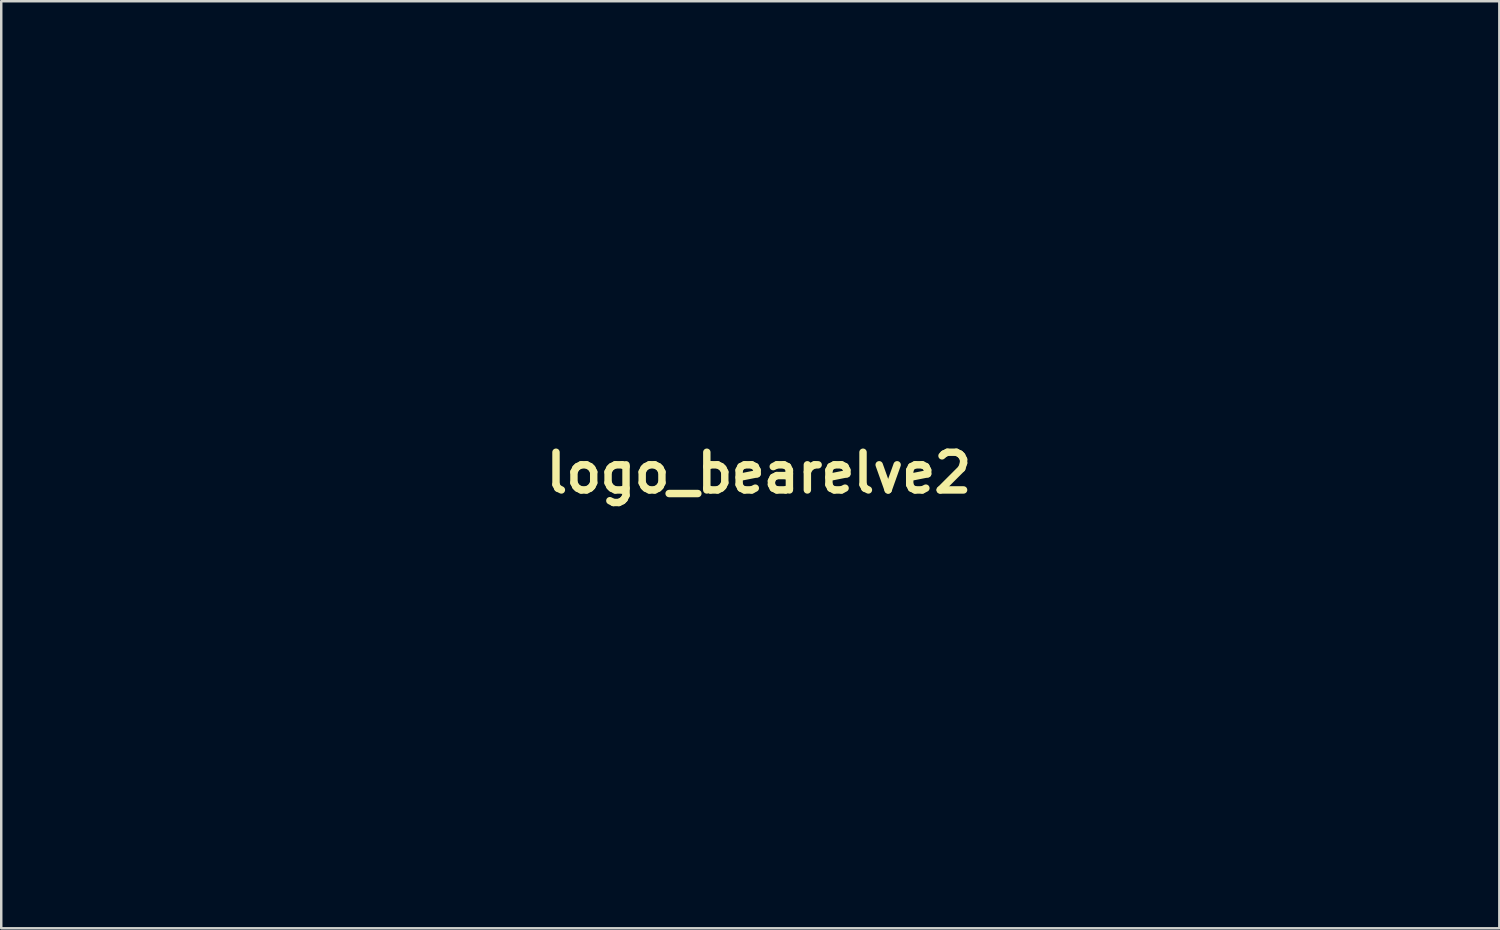
<source format=kicad_pcb>
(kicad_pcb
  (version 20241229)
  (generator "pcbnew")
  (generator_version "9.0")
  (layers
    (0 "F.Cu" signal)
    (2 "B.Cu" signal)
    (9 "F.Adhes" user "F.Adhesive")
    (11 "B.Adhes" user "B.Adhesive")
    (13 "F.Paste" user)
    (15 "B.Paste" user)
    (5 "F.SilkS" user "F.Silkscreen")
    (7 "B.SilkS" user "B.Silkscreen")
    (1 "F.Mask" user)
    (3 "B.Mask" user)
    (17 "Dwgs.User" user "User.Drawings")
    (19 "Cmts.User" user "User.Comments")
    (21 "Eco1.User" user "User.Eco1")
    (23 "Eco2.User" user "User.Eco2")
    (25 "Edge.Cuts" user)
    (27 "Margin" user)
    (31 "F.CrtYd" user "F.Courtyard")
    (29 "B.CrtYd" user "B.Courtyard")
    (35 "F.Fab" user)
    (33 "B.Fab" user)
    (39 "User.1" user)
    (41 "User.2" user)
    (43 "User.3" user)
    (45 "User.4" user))
  (footprint "logo_bearelve2"
    (layer "F.Cu")
    (at 27.624 16.064)
    (property "Reference" "logo_bearelve2" (at 0 0 0) (layer "F.SilkS") (effects (font (size 1.524 1.524) (thickness 0.3))))
    (attr through_hole)
    (fp_poly (pts (xy -11.853 -0.148) (xy -11.874 -0.127) (xy -11.896 -0.148) (xy -11.874 -0.169) (xy -11.853 -0.148)) (stroke (width 0.01) (type solid)) (fill yes) (layer "F.Mask"))
    (fp_poly (pts (xy -16.02 9.121) (xy -16.012 9.152) (xy -16.061 9.211) (xy -16.127 9.213) (xy -16.142 9.201) (xy -16.17 9.141) (xy -16.123 9.105) (xy -16.083 9.102) (xy -16.02 9.121)) (stroke (width 0.01) (type solid)) (fill yes) (layer "F.Mask"))
    (fp_poly (pts (xy -10.294 -4.337) (xy -10.287 -4.318) (xy -10.321 -4.28) (xy -10.351 -4.276) (xy -10.407 -4.299) (xy -10.414 -4.318) (xy -10.38 -4.356) (xy -10.351 -4.36) (xy -10.294 -4.337)) (stroke (width 0.01) (type solid)) (fill yes) (layer "F.Mask"))
    (fp_poly (pts (xy -8.347 -3.448) (xy -8.34 -3.429) (xy -8.374 -3.391) (xy -8.403 -3.387) (xy -8.46 -3.41) (xy -8.467 -3.429) (xy -8.432 -3.467) (xy -8.403 -3.471) (xy -8.347 -3.448)) (stroke (width 0.01) (type solid)) (fill yes) (layer "F.Mask"))
    (fp_poly (pts (xy -6.902 -9.281) (xy -6.9 -9.271) (xy -6.933 -9.23) (xy -6.943 -9.229) (xy -6.984 -9.261) (xy -6.985 -9.271) (xy -6.953 -9.312) (xy -6.943 -9.313) (xy -6.902 -9.281)) (stroke (width 0.01) (type solid)) (fill yes) (layer "F.Mask"))
    (fp_poly (pts (xy 6.207 -0.744) (xy 6.223 -0.72) (xy 6.188 -0.685) (xy 6.138 -0.677) (xy 6.07 -0.695) (xy 6.054 -0.72) (xy 6.089 -0.754) (xy 6.138 -0.762) (xy 6.207 -0.744)) (stroke (width 0.01) (type solid)) (fill yes) (layer "F.Mask"))
    (fp_poly (pts (xy -6.238 -1.807) (xy -6.228 -1.749) (xy -6.258 -1.681) (xy -6.304 -1.651) (xy -6.363 -1.682) (xy -6.368 -1.689) (xy -6.361 -1.739) (xy -6.312 -1.791) (xy -6.257 -1.814) (xy -6.238 -1.807)) (stroke (width 0.01) (type solid)) (fill yes) (layer "F.Mask"))
    (fp_poly (pts (xy -25.242 2.938) (xy -25.225 2.952) (xy -25.198 3.022) (xy -25.217 3.096) (xy -25.27 3.133) (xy -25.273 3.133) (xy -25.325 3.099) (xy -25.343 3.066) (xy -25.345 2.988) (xy -25.303 2.937) (xy -25.242 2.938)) (stroke (width 0.01) (type solid)) (fill yes) (layer "F.Mask"))
    (fp_poly (pts (xy -5.769 -5.959) (xy -5.764 -5.891) (xy -5.784 -5.851) (xy -5.856 -5.788) (xy -5.949 -5.762) (xy -6.023 -5.783) (xy -6.024 -5.784) (xy -6.052 -5.855) (xy -5.998 -5.925) (xy -5.939 -5.958) (xy -5.833 -5.985) (xy -5.769 -5.959)) (stroke (width 0.01) (type solid)) (fill yes) (layer "F.Mask"))
    (fp_poly (pts (xy -6.655 -2.51) (xy -6.507 -2.438) (xy -6.498 -2.433) (xy -6.329 -2.329) (xy -6.586 -2.329) (xy -6.727 -2.333) (xy -6.832 -2.344) (xy -6.872 -2.357) (xy -6.896 -2.419) (xy -6.9 -2.462) (xy -6.868 -2.523) (xy -6.78 -2.538) (xy -6.655 -2.51)) (stroke (width 0.01) (type solid)) (fill yes) (layer "F.Mask"))
    (fp_poly (pts (xy -5.216 -7.092) (xy -5.205 -7.036) (xy -5.256 -6.975) (xy -5.35 -6.927) (xy -5.438 -6.908) (xy -5.536 -6.908) (xy -5.574 -6.927) (xy -5.572 -6.935) (xy -5.517 -6.981) (xy -5.424 -7.033) (xy -5.321 -7.076) (xy -5.241 -7.097) (xy -5.216 -7.092)) (stroke (width 0.01) (type solid)) (fill yes) (layer "F.Mask"))
    (fp_poly (pts (xy 4.454 -1.725) (xy 4.538 -1.699) (xy 4.566 -1.679) (xy 4.594 -1.614) (xy 4.558 -1.578) (xy 4.473 -1.576) (xy 4.357 -1.611) (xy 4.329 -1.624) (xy 4.256 -1.671) (xy 4.233 -1.703) (xy 4.269 -1.729) (xy 4.353 -1.736) (xy 4.454 -1.725)) (stroke (width 0.01) (type solid)) (fill yes) (layer "F.Mask"))
    (fp_poly (pts (xy -5.112 0.958) (xy -5.024 1.023) (xy -4.929 1.106) (xy -4.855 1.183) (xy -4.826 1.232) (xy -4.856 1.266) (xy -4.928 1.256) (xy -4.999 1.216) (xy -5.068 1.147) (xy -5.131 1.062) (xy -5.174 0.984) (xy -5.181 0.936) (xy -5.171 0.931) (xy -5.112 0.958)) (stroke (width 0.01) (type solid)) (fill yes) (layer "F.Mask"))
    (fp_poly (pts (xy -7.539 -7.896) (xy -7.466 -7.853) (xy -7.464 -7.786) (xy -7.533 -7.688) (xy -7.59 -7.628) (xy -7.687 -7.539) (xy -7.744 -7.5) (xy -7.782 -7.504) (xy -7.803 -7.521) (xy -7.836 -7.605) (xy -7.812 -7.708) (xy -7.747 -7.808) (xy -7.658 -7.88) (xy -7.561 -7.901) (xy -7.539 -7.896)) (stroke (width 0.01) (type solid)) (fill yes) (layer "F.Mask"))
    (fp_poly (pts (xy -5.123 -8.549) (xy -5.123 -8.541) (xy -5.149 -8.481) (xy -5.215 -8.402) (xy -5.297 -8.323) (xy -5.375 -8.264) (xy -5.428 -8.244) (xy -5.437 -8.25) (xy -5.427 -8.303) (xy -5.384 -8.347) (xy -5.301 -8.43) (xy -5.255 -8.498) (xy -5.198 -8.573) (xy -5.147 -8.592) (xy -5.123 -8.549)) (stroke (width 0.01) (type solid)) (fill yes) (layer "F.Mask"))
    (fp_poly (pts (xy -7.168 -8.827) (xy -7.107 -8.763) (xy -7.086 -8.725) (xy -7.023 -8.63) (xy -6.936 -8.524) (xy -6.927 -8.515) (xy -6.855 -8.409) (xy -6.818 -8.293) (xy -6.821 -8.195) (xy -6.852 -8.153) (xy -6.904 -8.163) (xy -6.963 -8.212) (xy -7.037 -8.313) (xy -7.115 -8.451) (xy -7.184 -8.596) (xy -7.229 -8.719) (xy -7.239 -8.774) (xy -7.218 -8.832) (xy -7.168 -8.827)) (stroke (width 0.01) (type solid)) (fill yes) (layer "F.Mask"))
    (fp_poly (pts (xy 5.397 0.075) (xy 5.465 0.121) (xy 5.508 0.159) (xy 5.517 0.183) (xy 5.479 0.195) (xy 5.381 0.201) (xy 5.212 0.203) (xy 5.193 0.203) (xy 5.02 0.2) (xy 4.901 0.19) (xy 4.849 0.173) (xy 4.849 0.166) (xy 4.903 0.141) (xy 5.008 0.128) (xy 5.038 0.127) (xy 5.15 0.117) (xy 5.221 0.092) (xy 5.228 0.085) (xy 5.296 0.045) (xy 5.397 0.075)) (stroke (width 0.01) (type solid)) (fill yes) (layer "F.Mask"))
    (fp_poly (pts (xy -5.369 -3.052) (xy -5.334 -3.006) (xy -5.261 -2.922) (xy -5.198 -2.88) (xy -5.19 -2.879) (xy -5.112 -2.848) (xy -5.039 -2.774) (xy -4.994 -2.689) (xy -4.997 -2.624) (xy -5.027 -2.535) (xy -5.037 -2.445) (xy -5.052 -2.35) (xy -5.097 -2.335) (xy -5.156 -2.379) (xy -5.201 -2.45) (xy -5.207 -2.478) (xy -5.236 -2.54) (xy -5.296 -2.607) (xy -5.415 -2.753) (xy -5.488 -2.921) (xy -5.503 -3.025) (xy -5.488 -3.112) (xy -5.443 -3.121) (xy -5.369 -3.052)) (stroke (width 0.01) (type solid)) (fill yes) (layer "F.Mask"))
    (fp_poly (pts (xy -5.761 -6.631) (xy -5.629 -6.593) (xy -5.522 -6.542) (xy -5.464 -6.489) (xy -5.461 -6.475) (xy -5.497 -6.387) (xy -5.588 -6.289) (xy -5.712 -6.201) (xy -5.844 -6.142) (xy -5.871 -6.135) (xy -6.05 -6.097) (xy -6.166 -6.076) (xy -6.237 -6.069) (xy -6.281 -6.074) (xy -6.297 -6.08) (xy -6.345 -6.138) (xy -6.339 -6.221) (xy -6.284 -6.296) (xy -6.265 -6.308) (xy -6.198 -6.365) (xy -6.181 -6.408) (xy -6.146 -6.486) (xy -6.063 -6.569) (xy -5.961 -6.63) (xy -5.892 -6.646) (xy -5.761 -6.631)) (stroke (width 0.01) (type solid)) (fill yes) (layer "F.Mask"))
    (fp_poly (pts (xy -7.08 -2.165) (xy -7.07 -2.095) (xy -7.065 -2.04) (xy -7.039 -2.008) (xy -6.973 -1.994) (xy -6.848 -1.99) (xy -6.78 -1.99) (xy -6.631 -1.986) (xy -6.517 -1.975) (xy -6.462 -1.961) (xy -6.462 -1.961) (xy -6.473 -1.925) (xy -6.546 -1.878) (xy -6.659 -1.828) (xy -6.791 -1.782) (xy -6.923 -1.749) (xy -7.022 -1.738) (xy -7.135 -1.74) (xy -7.184 -1.759) (xy -7.187 -1.805) (xy -7.181 -1.831) (xy -7.162 -1.943) (xy -7.155 -2.064) (xy -7.143 -2.157) (xy -7.115 -2.201) (xy -7.112 -2.201) (xy -7.08 -2.165)) (stroke (width 0.01) (type solid)) (fill yes) (layer "F.Mask"))
    (fp_poly (pts (xy -3.034 3.591) (xy -2.964 3.686) (xy -2.877 3.824) (xy -2.812 3.938) (xy -2.676 4.189) (xy -2.576 4.377) (xy -2.507 4.512) (xy -2.466 4.606) (xy -2.447 4.669) (xy -2.446 4.712) (xy -2.458 4.747) (xy -2.461 4.752) (xy -2.529 4.817) (xy -2.61 4.818) (xy -2.639 4.798) (xy -2.663 4.736) (xy -2.667 4.687) (xy -2.693 4.603) (xy -2.758 4.499) (xy -2.777 4.474) (xy -2.882 4.329) (xy -2.975 4.162) (xy -3.051 3.99) (xy -3.105 3.828) (xy -3.131 3.692) (xy -3.125 3.596) (xy -3.082 3.556) (xy -3.077 3.556) (xy -3.034 3.591)) (stroke (width 0.01) (type solid)) (fill yes) (layer "F.Mask"))
    (fp_poly (pts (xy -7.27 -10.251) (xy -7.195 -10.167) (xy -7.156 -10.067) (xy -7.154 -10.049) (xy -7.133 -9.957) (xy -7.11 -9.921) (xy -7.089 -9.857) (xy -7.077 -9.733) (xy -7.078 -9.585) (xy -7.089 -9.425) (xy -7.107 -9.333) (xy -7.138 -9.289) (xy -7.165 -9.279) (xy -7.216 -9.286) (xy -7.237 -9.348) (xy -7.239 -9.414) (xy -7.25 -9.52) (xy -7.277 -9.585) (xy -7.281 -9.588) (xy -7.31 -9.645) (xy -7.324 -9.747) (xy -7.324 -9.758) (xy -7.335 -9.862) (xy -7.363 -9.925) (xy -7.366 -9.927) (xy -7.397 -9.984) (xy -7.409 -10.08) (xy -7.403 -10.185) (xy -7.38 -10.264) (xy -7.351 -10.287) (xy -7.27 -10.251)) (stroke (width 0.01) (type solid)) (fill yes) (layer "F.Mask"))
    (fp_poly (pts (xy -7 -6.633) (xy -6.999 -6.58) (xy -7.032 -6.487) (xy -7.087 -6.381) (xy -7.148 -6.293) (xy -7.175 -6.266) (xy -7.227 -6.182) (xy -7.239 -6.119) (xy -7.269 -6.019) (xy -7.324 -5.948) (xy -7.387 -5.877) (xy -7.408 -5.831) (xy -7.432 -5.773) (xy -7.49 -5.694) (xy -7.558 -5.621) (xy -7.616 -5.577) (xy -7.636 -5.576) (xy -7.66 -5.646) (xy -7.666 -5.769) (xy -7.657 -5.915) (xy -7.634 -6.056) (xy -7.6 -6.162) (xy -7.588 -6.182) (xy -7.518 -6.303) (xy -7.472 -6.413) (xy -7.425 -6.505) (xy -7.344 -6.545) (xy -7.282 -6.555) (xy -7.165 -6.576) (xy -7.083 -6.611) (xy -7.079 -6.613) (xy -7.02 -6.639) (xy -7 -6.633)) (stroke (width 0.01) (type solid)) (fill yes) (layer "F.Mask"))
    (fp_poly (pts (xy -6.692 -9.159) (xy -6.658 -9.061) (xy -6.646 -8.912) (xy -6.612 -8.762) (xy -6.512 -8.578) (xy -6.498 -8.557) (xy -6.431 -8.457) (xy -6.389 -8.375) (xy -6.364 -8.287) (xy -6.354 -8.172) (xy -6.351 -8.005) (xy -6.351 -7.907) (xy -6.358 -7.658) (xy -6.376 -7.491) (xy -6.407 -7.4) (xy -6.409 -7.398) (xy -6.488 -7.332) (xy -6.557 -7.342) (xy -6.591 -7.393) (xy -6.597 -7.483) (xy -6.574 -7.579) (xy -6.553 -7.687) (xy -6.566 -7.753) (xy -6.585 -7.822) (xy -6.598 -7.949) (xy -6.603 -8.106) (xy -6.603 -8.112) (xy -6.611 -8.298) (xy -6.633 -8.413) (xy -6.668 -8.467) (xy -6.721 -8.532) (xy -6.731 -8.564) (xy -6.758 -8.625) (xy -6.821 -8.705) (xy -6.874 -8.77) (xy -6.89 -8.834) (xy -6.873 -8.928) (xy -6.854 -8.994) (xy -6.799 -9.129) (xy -6.742 -9.183) (xy -6.692 -9.159)) (stroke (width 0.01) (type solid)) (fill yes) (layer "F.Mask"))
    (fp_poly (pts (xy 17.82 6.552) (xy 17.913 6.64) (xy 18.021 6.764) (xy 18.13 6.906) (xy 18.226 7.051) (xy 18.285 7.16) (xy 18.338 7.278) (xy 18.355 7.353) (xy 18.338 7.421) (xy 18.297 7.498) (xy 18.212 7.6) (xy 18.093 7.646) (xy 17.93 7.638) (xy 17.711 7.577) (xy 17.695 7.571) (xy 17.498 7.517) (xy 17.305 7.507) (xy 17.209 7.514) (xy 16.987 7.517) (xy 16.718 7.492) (xy 16.435 7.445) (xy 16.167 7.381) (xy 15.97 7.315) (xy 15.828 7.247) (xy 15.757 7.188) (xy 15.759 7.137) (xy 15.837 7.093) (xy 15.992 7.053) (xy 16.228 7.018) (xy 16.546 6.985) (xy 16.552 6.984) (xy 16.876 6.948) (xy 17.123 6.903) (xy 17.298 6.846) (xy 17.409 6.776) (xy 17.46 6.696) (xy 17.52 6.618) (xy 17.626 6.552) (xy 17.742 6.52) (xy 17.758 6.519) (xy 17.82 6.552)) (stroke (width 0.01) (type solid)) (fill yes) (layer "F.Mask"))
    (fp_poly (pts (xy 8.556 -0.755) (xy 8.653 -0.737) (xy 8.688 -0.695) (xy 8.688 -0.63) (xy 8.701 -0.528) (xy 8.751 -0.457) (xy 8.816 -0.436) (xy 8.858 -0.459) (xy 8.941 -0.505) (xy 9.03 -0.505) (xy 9.091 -0.464) (xy 9.102 -0.426) (xy 9.072 -0.358) (xy 8.985 -0.331) (xy 8.887 -0.303) (xy 8.862 -0.261) (xy 8.903 -0.216) (xy 9.004 -0.184) (xy 9.061 -0.178) (xy 9.253 -0.165) (xy 9.245 0.025) (xy 9.221 0.179) (xy 9.169 0.291) (xy 9.163 0.298) (xy 9.064 0.359) (xy 8.937 0.38) (xy 8.819 0.358) (xy 8.764 0.319) (xy 8.743 0.272) (xy 8.779 0.23) (xy 8.865 0.184) (xy 8.961 0.127) (xy 9.014 0.074) (xy 9.017 0.062) (xy 8.982 0.013) (xy 8.898 -0.04) (xy 8.8 -0.077) (xy 8.748 -0.085) (xy 8.692 -0.113) (xy 8.601 -0.186) (xy 8.529 -0.255) (xy 8.435 -0.358) (xy 8.395 -0.426) (xy 8.399 -0.481) (xy 8.412 -0.504) (xy 8.442 -0.608) (xy 8.437 -0.676) (xy 8.43 -0.737) (xy 8.467 -0.759) (xy 8.556 -0.755)) (stroke (width 0.01) (type solid)) (fill yes) (layer "F.Mask"))
    (fp_poly (pts (xy -6.763 -7.686) (xy -6.765 -7.65) (xy -6.775 -7.425) (xy -6.751 -7.259) (xy -6.762 -7.125) (xy -6.838 -7.008) (xy -6.962 -6.927) (xy -7.097 -6.9) (xy -7.195 -6.91) (xy -7.234 -6.948) (xy -7.239 -6.998) (xy -7.22 -7.095) (xy -7.192 -7.142) (xy -7.167 -7.21) (xy -7.175 -7.239) (xy -7.219 -7.244) (xy -7.293 -7.2) (xy -7.375 -7.125) (xy -7.448 -7.038) (xy -7.489 -6.959) (xy -7.493 -6.936) (xy -7.513 -6.852) (xy -7.563 -6.738) (xy -7.578 -6.71) (xy -7.632 -6.593) (xy -7.661 -6.492) (xy -7.662 -6.476) (xy -7.689 -6.408) (xy -7.747 -6.397) (xy -7.801 -6.448) (xy -7.806 -6.459) (xy -7.832 -6.617) (xy -7.808 -6.785) (xy -7.747 -6.912) (xy -7.687 -7.01) (xy -7.662 -7.094) (xy -7.635 -7.183) (xy -7.593 -7.245) (xy -7.531 -7.331) (xy -7.458 -7.453) (xy -7.434 -7.498) (xy -7.358 -7.626) (xy -7.299 -7.674) (xy -7.26 -7.643) (xy -7.247 -7.591) (xy -7.209 -7.493) (xy -7.172 -7.448) (xy -7.096 -7.433) (xy -7.007 -7.487) (xy -6.918 -7.601) (xy -6.888 -7.655) (xy -6.831 -7.734) (xy -6.783 -7.744) (xy -6.763 -7.686)) (stroke (width 0.01) (type solid)) (fill yes) (layer "F.Mask"))
    (fp_poly (pts (xy -14.417 -3.842) (xy -14.397 -3.825) (xy -14.393 -3.792) (xy -14.393 -3.775) (xy -14.426 -3.69) (xy -14.503 -3.611) (xy -14.593 -3.544) (xy -14.718 -3.444) (xy -14.838 -3.344) (xy -14.97 -3.235) (xy -15.093 -3.137) (xy -15.173 -3.078) (xy -15.255 -2.99) (xy -15.282 -2.906) (xy -15.315 -2.786) (xy -15.412 -2.721) (xy -15.502 -2.709) (xy -15.622 -2.679) (xy -15.706 -2.624) (xy -15.833 -2.555) (xy -15.922 -2.549) (xy -16.044 -2.532) (xy -16.092 -2.486) (xy -16.153 -2.425) (xy -16.191 -2.413) (xy -16.255 -2.383) (xy -16.265 -2.364) (xy -16.311 -2.329) (xy -16.418 -2.282) (xy -16.564 -2.232) (xy -16.597 -2.222) (xy -16.77 -2.163) (xy -16.878 -2.11) (xy -16.912 -2.07) (xy -16.938 -2.034) (xy -17.025 -2.012) (xy -17.184 -2) (xy -17.187 -2) (xy -17.345 -1.988) (xy -17.477 -1.969) (xy -17.547 -1.95) (xy -17.628 -1.929) (xy -17.767 -1.909) (xy -17.937 -1.894) (xy -17.974 -1.892) (xy -18.203 -1.868) (xy -18.384 -1.825) (xy -18.533 -1.761) (xy -18.662 -1.701) (xy -18.767 -1.661) (xy -18.811 -1.651) (xy -18.879 -1.617) (xy -18.894 -1.592) (xy -18.947 -1.549) (xy -19.052 -1.512) (xy -19.1 -1.502) (xy -19.369 -1.429) (xy -19.676 -1.29) (xy -20.024 -1.084) (xy -20.415 -0.809) (xy -20.694 -0.594) (xy -20.849 -0.477) (xy -21.012 -0.367) (xy -21.129 -0.297) (xy -21.429 -0.133) (xy -21.665 0.003) (xy -21.849 0.118) (xy -21.995 0.22) (xy -22.108 0.312) (xy -22.358 0.529) (xy -22.553 0.695) (xy -22.701 0.816) (xy -22.809 0.899) (xy -22.884 0.948) (xy -22.936 0.97) (xy -22.956 0.973) (xy -22.971 0.938) (xy -22.96 0.857) (xy -22.912 0.733) (xy -22.819 0.583) (xy -22.676 0.4) (xy -22.476 0.176) (xy -22.324 0.016) (xy -22.14 -0.169) (xy -21.986 -0.305) (xy -21.839 -0.412) (xy -21.676 -0.507) (xy -21.59 -0.551) (xy -21.399 -0.65) (xy -21.206 -0.756) (xy -21.046 -0.849) (xy -21.008 -0.873) (xy -20.855 -0.965) (xy -20.666 -1.071) (xy -20.481 -1.167) (xy -20.479 -1.169) (xy -20.283 -1.27) (xy -20.071 -1.383) (xy -19.897 -1.48) (xy -19.738 -1.567) (xy -19.586 -1.644) (xy -19.473 -1.694) (xy -19.335 -1.758) (xy -19.192 -1.838) (xy -19.177 -1.848) (xy -19.065 -1.905) (xy -18.902 -1.969) (xy -18.719 -2.029) (xy -18.678 -2.041) (xy -18.506 -2.091) (xy -18.402 -2.131) (xy -18.353 -2.167) (xy -18.345 -2.207) (xy -18.347 -2.214) (xy -18.339 -2.247) (xy -17.391 -2.247) (xy -17.387 -2.214) (xy -17.334 -2.203) (xy -17.216 -2.211) (xy -17.187 -2.215) (xy -17.058 -2.234) (xy -16.966 -2.253) (xy -16.941 -2.264) (xy -16.945 -2.309) (xy -16.963 -2.333) (xy -17.033 -2.355) (xy -17.145 -2.349) (xy -17.265 -2.323) (xy -17.359 -2.282) (xy -17.391 -2.247) (xy -18.339 -2.247) (xy -18.33 -2.291) (xy -18.274 -2.326) (xy -18.157 -2.363) (xy -18.006 -2.401) (xy -17.855 -2.434) (xy -17.737 -2.453) (xy -17.705 -2.456) (xy -17.616 -2.475) (xy -17.515 -2.517) (xy -17.43 -2.549) (xy -17.399 -2.533) (xy -17.364 -2.509) (xy -17.279 -2.512) (xy -17.172 -2.534) (xy -17.071 -2.572) (xy -17.015 -2.607) (xy -16.936 -2.661) (xy -16.9 -2.642) (xy -16.904 -2.55) (xy -16.906 -2.538) (xy -16.914 -2.456) (xy -16.898 -2.43) (xy -16.895 -2.432) (xy -16.857 -2.417) (xy -16.837 -2.372) (xy -16.809 -2.32) (xy -16.747 -2.305) (xy -16.652 -2.315) (xy -16.505 -2.349) (xy -16.437 -2.395) (xy -16.444 -2.452) (xy -16.506 -2.489) (xy -16.597 -2.495) (xy -16.673 -2.469) (xy -16.691 -2.445) (xy -16.727 -2.415) (xy -16.744 -2.423) (xy -16.76 -2.487) (xy -16.725 -2.568) (xy -16.66 -2.638) (xy -16.586 -2.667) (xy -16.478 -2.682) (xy -16.352 -2.721) (xy -16.234 -2.772) (xy -16.152 -2.825) (xy -16.129 -2.859) (xy -16.168 -2.914) (xy -16.285 -2.941) (xy -16.477 -2.939) (xy -16.642 -2.922) (xy -17.012 -2.885) (xy -17.307 -2.88) (xy -17.534 -2.909) (xy -17.695 -2.972) (xy -17.796 -3.071) (xy -17.838 -3.177) (xy -17.852 -3.276) (xy -17.85 -3.331) (xy -17.848 -3.332) (xy -17.812 -3.315) (xy -17.738 -3.251) (xy -17.679 -3.193) (xy -17.527 -3.036) (xy -17.137 -3.089) (xy -16.958 -3.116) (xy -16.806 -3.144) (xy -16.705 -3.168) (xy -16.682 -3.176) (xy -16.596 -3.215) (xy -16.483 -3.259) (xy -16.481 -3.26) (xy -16.382 -3.311) (xy -16.325 -3.367) (xy -16.323 -3.37) (xy -16.27 -3.412) (xy -16.193 -3.404) (xy -16.063 -3.408) (xy -15.897 -3.467) (xy -15.762 -3.52) (xy -15.642 -3.552) (xy -15.603 -3.556) (xy -15.513 -3.572) (xy -15.473 -3.598) (xy -15.414 -3.632) (xy -15.35 -3.641) (xy -15.264 -3.651) (xy -15.124 -3.68) (xy -14.957 -3.72) (xy -14.919 -3.73) (xy -14.703 -3.787) (xy -14.556 -3.824) (xy -14.465 -3.842) (xy -14.417 -3.842)) (stroke (width 0.01) (type solid)) (fill yes) (layer "F.Mask"))
    (fp_poly (pts (xy -6.32 -15.876) (xy -6.292 -15.735) (xy -6.302 -15.65) (xy -6.306 -15.644) (xy -6.341 -15.574) (xy -6.379 -15.461) (xy -6.387 -15.429) (xy -6.423 -15.29) (xy -6.479 -15.086) (xy -6.55 -14.832) (xy -6.632 -14.544) (xy -6.719 -14.237) (xy -6.809 -13.927) (xy -6.895 -13.629) (xy -6.975 -13.36) (xy -7.042 -13.134) (xy -7.087 -12.989) (xy -7.187 -12.659) (xy -7.261 -12.39) (xy -7.313 -12.165) (xy -7.344 -11.964) (xy -7.359 -11.769) (xy -7.36 -11.563) (xy -7.357 -11.472) (xy -7.353 -11.339) (xy -7.348 -11.229) (xy -7.339 -11.132) (xy -7.32 -11.039) (xy -7.287 -10.94) (xy -7.238 -10.825) (xy -7.166 -10.683) (xy -7.069 -10.506) (xy -6.942 -10.282) (xy -6.78 -10.003) (xy -6.625 -9.735) (xy -6.441 -9.403) (xy -6.282 -9.09) (xy -6.159 -8.817) (xy -6.138 -8.764) (xy -6.065 -8.59) (xy -6.006 -8.488) (xy -5.954 -8.447) (xy -5.905 -8.457) (xy -5.859 -8.501) (xy -5.775 -8.599) (xy -5.664 -8.735) (xy -5.544 -8.89) (xy -5.19 -9.316) (xy -4.777 -9.749) (xy -4.326 -10.17) (xy -3.858 -10.557) (xy -3.598 -10.75) (xy -3.373 -10.915) (xy -3.148 -11.086) (xy -2.943 -11.248) (xy -2.777 -11.387) (xy -2.702 -11.454) (xy -2.224 -11.858) (xy -1.729 -12.185) (xy -1.206 -12.444) (xy -1.039 -12.51) (xy -0.745 -12.609) (xy -0.521 -12.659) (xy -0.365 -12.661) (xy -0.279 -12.614) (xy -0.262 -12.519) (xy -0.314 -12.376) (xy -0.436 -12.186) (xy -0.627 -11.948) (xy -0.847 -11.705) (xy -1.083 -11.447) (xy -1.256 -11.237) (xy -1.367 -11.074) (xy -1.418 -10.964) (xy -1.466 -10.854) (xy -1.51 -10.79) (xy -1.58 -10.684) (xy -1.672 -10.509) (xy -1.778 -10.277) (xy -1.896 -10) (xy -2.021 -9.689) (xy -2.147 -9.358) (xy -2.27 -9.016) (xy -2.385 -8.677) (xy -2.488 -8.352) (xy -2.541 -8.17) (xy -2.624 -7.903) (xy -2.725 -7.609) (xy -2.832 -7.326) (xy -2.921 -7.112) (xy -3.015 -6.896) (xy -3.104 -6.679) (xy -3.178 -6.488) (xy -3.221 -6.363) (xy -3.282 -6.202) (xy -3.355 -6.055) (xy -3.408 -5.976) (xy -3.487 -5.873) (xy -3.541 -5.782) (xy -3.545 -5.773) (xy -3.605 -5.648) (xy -3.687 -5.51) (xy -3.775 -5.377) (xy -3.858 -5.271) (xy -3.92 -5.212) (xy -3.936 -5.205) (xy -4.02 -5.185) (xy -4.103 -5.147) (xy -4.159 -5.113) (xy -4.162 -5.09) (xy -4.101 -5.069) (xy -3.997 -5.046) (xy -3.871 -5.032) (xy -3.702 -5.027) (xy -3.516 -5.032) (xy -3.339 -5.045) (xy -3.194 -5.064) (xy -3.108 -5.089) (xy -3.107 -5.09) (xy -3.045 -5.097) (xy -2.912 -5.092) (xy -2.721 -5.077) (xy -2.483 -5.053) (xy -2.211 -5.02) (xy -2.064 -5) (xy -1.671 -4.926) (xy -1.25 -4.811) (xy -0.838 -4.666) (xy -0.726 -4.62) (xy -0.576 -4.558) (xy -0.456 -4.511) (xy -0.388 -4.488) (xy -0.381 -4.487) (xy -0.328 -4.468) (xy -0.215 -4.413) (xy -0.055 -4.332) (xy 0.137 -4.231) (xy 0.348 -4.118) (xy 0.565 -3.999) (xy 0.773 -3.883) (xy 0.96 -3.777) (xy 1.111 -3.688) (xy 1.206 -3.628) (xy 1.344 -3.531) (xy 1.522 -3.399) (xy 1.716 -3.25) (xy 1.88 -3.121) (xy 2.073 -2.975) (xy 2.279 -2.834) (xy 2.469 -2.717) (xy 2.599 -2.648) (xy 2.857 -2.529) (xy 3.052 -2.441) (xy 3.197 -2.379) (xy 3.306 -2.339) (xy 3.393 -2.318) (xy 3.472 -2.31) (xy 3.556 -2.311) (xy 3.66 -2.318) (xy 3.668 -2.318) (xy 3.863 -2.32) (xy 4.05 -2.295) (xy 4.251 -2.237) (xy 4.484 -2.142) (xy 4.72 -2.03) (xy 4.894 -1.957) (xy 5.106 -1.887) (xy 5.31 -1.835) (xy 5.31 -1.835) (xy 5.507 -1.8) (xy 5.668 -1.788) (xy 5.836 -1.798) (xy 5.992 -1.818) (xy 6.41 -1.849) (xy 6.847 -1.825) (xy 7.264 -1.751) (xy 7.345 -1.729) (xy 7.49 -1.682) (xy 7.692 -1.611) (xy 7.926 -1.524) (xy 8.172 -1.429) (xy 8.276 -1.387) (xy 8.674 -1.215) (xy 9.001 -1.047) (xy 9.268 -0.875) (xy 9.49 -0.692) (xy 9.561 -0.621) (xy 9.644 -0.528) (xy 9.683 -0.448) (xy 9.69 -0.345) (xy 9.683 -0.248) (xy 9.666 -0.101) (xy 9.645 0.023) (xy 9.633 0.068) (xy 9.628 0.114) (xy 9.653 0.163) (xy 9.719 0.225) (xy 9.837 0.313) (xy 9.988 0.417) (xy 10.164 0.532) (xy 10.331 0.635) (xy 10.467 0.712) (xy 10.531 0.743) (xy 10.634 0.782) (xy 10.691 0.783) (xy 10.733 0.743) (xy 10.747 0.722) (xy 10.829 0.654) (xy 10.901 0.635) (xy 10.989 0.604) (xy 11.017 0.557) (xy 11.042 0.52) (xy 11.106 0.486) (xy 11.22 0.451) (xy 11.398 0.412) (xy 11.519 0.388) (xy 11.752 0.349) (xy 11.994 0.319) (xy 12.21 0.3) (xy 12.322 0.296) (xy 12.537 0.308) (xy 12.746 0.341) (xy 12.927 0.39) (xy 13.057 0.448) (xy 13.102 0.486) (xy 13.167 0.523) (xy 13.282 0.556) (xy 13.336 0.566) (xy 13.437 0.586) (xy 13.51 0.618) (xy 13.568 0.68) (xy 13.627 0.788) (xy 13.702 0.953) (xy 13.754 1.065) (xy 13.832 1.227) (xy 13.922 1.41) (xy 13.969 1.503) (xy 14.065 1.687) (xy 14.143 1.812) (xy 14.216 1.897) (xy 14.3 1.959) (xy 14.343 1.984) (xy 14.48 2.082) (xy 14.601 2.209) (xy 14.63 2.25) (xy 14.819 2.496) (xy 15.066 2.737) (xy 15.345 2.95) (xy 15.558 3.077) (xy 15.708 3.15) (xy 15.916 3.246) (xy 16.163 3.356) (xy 16.43 3.471) (xy 16.675 3.575) (xy 17.052 3.736) (xy 17.408 3.899) (xy 17.73 4.058) (xy 18.007 4.206) (xy 18.224 4.337) (xy 18.33 4.411) (xy 18.526 4.578) (xy 18.728 4.779) (xy 18.912 4.986) (xy 19.05 5.171) (xy 19.131 5.309) (xy 19.217 5.477) (xy 19.3 5.658) (xy 19.373 5.832) (xy 19.427 5.982) (xy 19.456 6.089) (xy 19.455 6.133) (xy 19.464 6.187) (xy 19.5 6.228) (xy 19.55 6.293) (xy 19.62 6.412) (xy 19.695 6.561) (xy 19.707 6.588) (xy 19.934 7.039) (xy 20.173 7.416) (xy 20.43 7.73) (xy 20.483 7.786) (xy 20.672 7.97) (xy 20.847 8.126) (xy 20.996 8.246) (xy 21.108 8.32) (xy 21.164 8.34) (xy 21.221 8.363) (xy 21.333 8.429) (xy 21.488 8.528) (xy 21.675 8.653) (xy 21.882 8.795) (xy 22.099 8.947) (xy 22.312 9.101) (xy 22.512 9.247) (xy 22.687 9.379) (xy 22.825 9.487) (xy 22.915 9.565) (xy 22.945 9.602) (xy 22.98 9.638) (xy 23.068 9.689) (xy 23.114 9.71) (xy 23.23 9.776) (xy 23.279 9.846) (xy 23.283 9.881) (xy 23.313 9.978) (xy 23.382 10.068) (xy 23.463 10.117) (xy 23.477 10.119) (xy 23.545 10.151) (xy 23.635 10.224) (xy 23.718 10.312) (xy 23.763 10.385) (xy 23.813 10.441) (xy 23.876 10.435) (xy 23.951 10.438) (xy 24.042 10.498) (xy 24.103 10.559) (xy 24.208 10.65) (xy 24.305 10.704) (xy 24.339 10.71) (xy 24.484 10.742) (xy 24.592 10.841) (xy 24.65 10.953) (xy 24.722 11.087) (xy 24.813 11.204) (xy 24.824 11.215) (xy 24.915 11.354) (xy 24.93 11.53) (xy 24.871 11.74) (xy 24.831 11.888) (xy 24.853 11.982) (xy 24.937 12.022) (xy 24.959 12.023) (xy 25.055 12.055) (xy 25.102 12.104) (xy 25.158 12.153) (xy 25.28 12.213) (xy 25.476 12.287) (xy 25.707 12.362) (xy 25.933 12.437) (xy 26.149 12.514) (xy 26.332 12.585) (xy 26.46 12.642) (xy 26.472 12.649) (xy 26.608 12.739) (xy 26.739 12.853) (xy 26.846 12.973) (xy 26.912 13.078) (xy 26.924 13.125) (xy 26.895 13.187) (xy 26.818 13.286) (xy 26.711 13.405) (xy 26.59 13.528) (xy 26.472 13.635) (xy 26.374 13.71) (xy 26.354 13.722) (xy 26.269 13.756) (xy 26.12 13.806) (xy 25.923 13.864) (xy 25.697 13.927) (xy 25.569 13.961) (xy 24.762 14.151) (xy 23.878 14.321) (xy 22.926 14.471) (xy 21.913 14.601) (xy 20.845 14.709) (xy 19.73 14.794) (xy 18.574 14.857) (xy 17.385 14.896) (xy 16.976 14.904) (xy 16.747 14.908) (xy 16.466 14.913) (xy 16.166 14.92) (xy 15.88 14.927) (xy 15.833 14.928) (xy 15.649 14.932) (xy 15.404 14.937) (xy 15.107 14.942) (xy 14.769 14.947) (xy 14.4 14.953) (xy 14.009 14.958) (xy 13.608 14.964) (xy 13.206 14.969) (xy 12.815 14.974) (xy 12.443 14.978) (xy 12.102 14.981) (xy 11.801 14.984) (xy 11.551 14.986) (xy 11.362 14.987) (xy 11.245 14.987) (xy 11.225 14.986) (xy 11.071 15.001) (xy 10.945 15.045) (xy 10.935 15.051) (xy 10.84 15.096) (xy 10.745 15.084) (xy 10.709 15.07) (xy 10.561 15.042) (xy 10.448 15.063) (xy 10.335 15.088) (xy 10.173 15.112) (xy 9.995 15.13) (xy 9.991 15.13) (xy 9.88 15.136) (xy 9.696 15.143) (xy 9.451 15.15) (xy 9.155 15.158) (xy 8.82 15.166) (xy 8.457 15.174) (xy 8.078 15.182) (xy 7.694 15.189) (xy 7.316 15.196) (xy 6.957 15.201) (xy 6.626 15.206) (xy 6.337 15.209) (xy 6.1 15.211) (xy 5.926 15.211) (xy 5.842 15.209) (xy 5.459 15.198) (xy 5.085 15.189) (xy 4.74 15.184) (xy 4.443 15.182) (xy 4.233 15.184) (xy 3.679 15.193) (xy 3.191 15.199) (xy 2.753 15.2) (xy 2.347 15.196) (xy 1.955 15.188) (xy 1.561 15.175) (xy 1.146 15.157) (xy 0.974 15.149) (xy 0.364 15.123) (xy -0.271 15.107) (xy -0.916 15.099) (xy -1.555 15.1) (xy -2.175 15.109) (xy -2.759 15.127) (xy -3.293 15.153) (xy -3.76 15.187) (xy -3.852 15.195) (xy -4.39 15.246) (xy -4.855 15.289) (xy -5.256 15.324) (xy -5.606 15.351) (xy -5.913 15.372) (xy -6.19 15.386) (xy -6.446 15.396) (xy -6.692 15.401) (xy -6.94 15.402) (xy -7.07 15.401) (xy -7.342 15.398) (xy -7.599 15.394) (xy -7.824 15.39) (xy -8 15.385) (xy -8.107 15.381) (xy -8.211 15.374) (xy -8.385 15.362) (xy -8.611 15.346) (xy -8.875 15.328) (xy -9.16 15.308) (xy -9.271 15.3) (xy -10.181 15.253) (xy -11.146 15.238) (xy -12.143 15.252) (xy -13.147 15.298) (xy -13.208 15.301) (xy -13.612 15.322) (xy -14.087 15.338) (xy -14.623 15.35) (xy -15.208 15.357) (xy -15.835 15.361) (xy -16.493 15.36) (xy -17.172 15.356) (xy -17.862 15.349) (xy -18.553 15.338) (xy -19.236 15.323) (xy -19.901 15.306) (xy -20.538 15.285) (xy -21.137 15.262) (xy -21.689 15.236) (xy -22.183 15.207) (xy -22.609 15.177) (xy -22.881 15.152) (xy -23.335 15.096) (xy -23.724 15.025) (xy -24.065 14.933) (xy -24.377 14.814) (xy -24.679 14.663) (xy -24.96 14.492) (xy -25.323 14.235) (xy -25.623 13.973) (xy -25.879 13.689) (xy -25.934 13.619) (xy -26.079 13.4) (xy -26.24 13.112) (xy -26.41 12.768) (xy -26.584 12.38) (xy -26.756 11.961) (xy -26.919 11.523) (xy -27.045 11.155) (xy -27.094 11.008) (xy -27.163 10.811) (xy -27.24 10.591) (xy -27.297 10.431) (xy -27.413 10.093) (xy -27.499 9.808) (xy -27.558 9.55) (xy -27.595 9.295) (xy -27.613 9.017) (xy -27.619 8.693) (xy -27.619 8.615) (xy -27.616 8.347) (xy -27.61 8.141) (xy -27.596 7.972) (xy -27.587 7.909) (xy -23.821 7.909) (xy -23.811 7.989) (xy -23.792 8.042) (xy -23.761 8.173) (xy -23.763 8.291) (xy -23.762 8.415) (xy -23.731 8.492) (xy -23.686 8.585) (xy -23.652 8.723) (xy -23.626 8.919) (xy -23.607 9.186) (xy -23.607 9.193) (xy -23.584 9.419) (xy -23.539 9.589) (xy -23.492 9.691) (xy -23.395 9.821) (xy -23.269 9.935) (xy -23.139 10.011) (xy -23.051 10.033) (xy -22.986 10.061) (xy -22.897 10.13) (xy -22.873 10.153) (xy -22.715 10.28) (xy -22.566 10.328) (xy -22.42 10.304) (xy -22.356 10.253) (xy -22.281 10.16) (xy -22.265 10.135) (xy -22.137 9.95) (xy -21.986 9.768) (xy -21.827 9.604) (xy -21.676 9.472) (xy -21.548 9.389) (xy -21.496 9.37) (xy -21.392 9.332) (xy -21.333 9.288) (xy -21.26 9.241) (xy -21.149 9.205) (xy -21.14 9.204) (xy -21 9.144) (xy -20.924 9.033) (xy -20.913 8.951) (xy -20.886 8.878) (xy -20.819 8.776) (xy -20.786 8.735) (xy -20.696 8.608) (xy -20.661 8.476) (xy -20.659 8.408) (xy -20.639 8.251) (xy -20.569 8.114) (xy -20.533 8.067) (xy -20.427 7.917) (xy -20.381 7.802) (xy -20.39 7.703) (xy -20.425 7.637) (xy -20.464 7.58) (xy -20.503 7.543) (xy -20.563 7.516) (xy -20.663 7.492) (xy -20.824 7.461) (xy -20.85 7.456) (xy -21.015 7.433) (xy -21.167 7.434) (xy -21.344 7.46) (xy -21.422 7.476) (xy -21.622 7.515) (xy -21.832 7.55) (xy -21.992 7.572) (xy -22.137 7.592) (xy -22.25 7.616) (xy -22.298 7.633) (xy -22.361 7.633) (xy -22.465 7.601) (xy -22.579 7.549) (xy -22.673 7.491) (xy -22.71 7.454) (xy -22.763 7.408) (xy -22.852 7.355) (xy -22.924 7.327) (xy -23.007 7.318) (xy -23.124 7.328) (xy -23.299 7.357) (xy -23.31 7.359) (xy -23.65 7.422) (xy -23.748 7.668) (xy -23.801 7.812) (xy -23.821 7.909) (xy -27.587 7.909) (xy -27.573 7.819) (xy -27.538 7.657) (xy -27.488 7.464) (xy -27.485 7.451) (xy -27.419 7.227) (xy -27.344 7.003) (xy -27.271 6.809) (xy -27.223 6.702) (xy -27.158 6.565) (xy -27.111 6.456) (xy -27.093 6.399) (xy -27.093 6.399) (xy -27.077 6.342) (xy -27.034 6.232) (xy -26.974 6.091) (xy -26.968 6.079) (xy -26.882 5.91) (xy -26.81 5.817) (xy -26.772 5.8) (xy -26.726 5.811) (xy -26.749 5.857) (xy -26.755 5.863) (xy -26.779 5.914) (xy -26.75 5.924) (xy -26.69 5.887) (xy -26.68 5.878) (xy -26.653 5.812) (xy -26.678 5.742) (xy -26.7 5.668) (xy -26.656 5.611) (xy -26.634 5.596) (xy -26.559 5.501) (xy -26.543 5.427) (xy -26.522 5.316) (xy -26.47 5.172) (xy -26.4 5.029) (xy -26.329 4.919) (xy -26.296 4.885) (xy -26.26 4.836) (xy -26.281 4.81) (xy -26.295 4.756) (xy -26.275 4.652) (xy -26.231 4.52) (xy -26.17 4.383) (xy -26.101 4.264) (xy -26.049 4.2) (xy -25.98 4.109) (xy -25.95 4.026) (xy -25.95 4.026) (xy -25.928 3.931) (xy -25.87 3.802) (xy -25.79 3.66) (xy -25.702 3.527) (xy -25.62 3.426) (xy -25.556 3.379) (xy -25.552 3.378) (xy -25.467 3.332) (xy -25.422 3.27) (xy -25.373 3.189) (xy -25.332 3.192) (xy -25.3 3.27) (xy -25.304 3.376) (xy -25.352 3.525) (xy -25.375 3.577) (xy -25.506 3.856) (xy -25.602 4.068) (xy -25.665 4.223) (xy -25.699 4.329) (xy -25.706 4.395) (xy -25.69 4.431) (xy -25.675 4.44) (xy -25.649 4.437) (xy -25.616 4.401) (xy -25.57 4.322) (xy -25.504 4.189) (xy -25.413 3.992) (xy -25.38 3.919) (xy -25.277 3.736) (xy -25.13 3.535) (xy -25.003 3.39) (xy -24.878 3.255) (xy -24.769 3.132) (xy -24.694 3.043) (xy -24.678 3.022) (xy -24.627 2.954) (xy -24.537 2.838) (xy -24.419 2.69) (xy -24.302 2.546) (xy -24.134 2.347) (xy -24.012 2.22) (xy -23.934 2.164) (xy -23.9 2.178) (xy -23.908 2.254) (xy -23.943 2.35) (xy -24.013 2.499) (xy -24.105 2.682) (xy -24.209 2.878) (xy -24.316 3.069) (xy -24.415 3.235) (xy -24.491 3.351) (xy -24.575 3.472) (xy -24.655 3.6) (xy -24.744 3.754) (xy -24.854 3.954) (xy -24.921 4.08) (xy -24.993 4.241) (xy -25.068 4.445) (xy -25.136 4.666) (xy -25.191 4.878) (xy -25.224 5.055) (xy -25.231 5.138) (xy -25.245 5.253) (xy -25.269 5.324) (xy -25.353 5.548) (xy -25.403 5.815) (xy -25.411 6.088) (xy -25.41 6.106) (xy -25.395 6.266) (xy -25.367 6.375) (xy -25.313 6.467) (xy -25.218 6.576) (xy -25.212 6.582) (xy -25.103 6.691) (xy -25.017 6.749) (xy -24.926 6.771) (xy -24.86 6.773) (xy -24.745 6.764) (xy -24.669 6.74) (xy -24.659 6.731) (xy -24.602 6.7) (xy -24.51 6.689) (xy -24.39 6.657) (xy -24.342 6.604) (xy -24.281 6.537) (xy -24.234 6.519) (xy -24.179 6.494) (xy -24.172 6.474) (xy -24.15 6.416) (xy -24.092 6.316) (xy -24.045 6.244) (xy -23.949 6.064) (xy -23.918 5.892) (xy -23.918 5.89) (xy -23.909 5.776) (xy -23.885 5.703) (xy -23.876 5.694) (xy -23.836 5.632) (xy -23.834 5.611) (xy -23.805 5.562) (xy -23.728 5.466) (xy -23.612 5.335) (xy -23.468 5.183) (xy -23.421 5.134) (xy -23.053 4.784) (xy -22.681 4.487) (xy -22.278 4.223) (xy -21.907 4.019) (xy -21.763 3.939) (xy -21.638 3.863) (xy -21.569 3.813) (xy -21.494 3.76) (xy -21.366 3.681) (xy -21.209 3.592) (xy -21.145 3.557) (xy -20.985 3.467) (xy -20.846 3.381) (xy -20.752 3.315) (xy -20.732 3.297) (xy -20.632 3.226) (xy -20.541 3.19) (xy -20.419 3.142) (xy -20.325 3.084) (xy -20.241 3.028) (xy -20.187 3.006) (xy -20.134 2.983) (xy -20.039 2.924) (xy -19.975 2.879) (xy -19.865 2.806) (xy -19.78 2.76) (xy -19.753 2.752) (xy -19.689 2.734) (xy -19.582 2.691) (xy -19.537 2.669) (xy -19.342 2.582) (xy -19.122 2.495) (xy -18.905 2.419) (xy -18.72 2.364) (xy -18.645 2.347) (xy -18.511 2.31) (xy -18.397 2.262) (xy -18.384 2.254) (xy -18.292 2.216) (xy -18.187 2.229) (xy -18.155 2.239) (xy -18.019 2.273) (xy -17.897 2.286) (xy -17.762 2.307) (xy -17.66 2.345) (xy -17.535 2.399) (xy -17.393 2.445) (xy -17.261 2.475) (xy -17.167 2.482) (xy -17.144 2.476) (xy -17.086 2.46) (xy -16.964 2.441) (xy -16.802 2.42) (xy -16.715 2.41) (xy -16.52 2.386) (xy -16.337 2.358) (xy -16.198 2.33) (xy -16.164 2.321) (xy -16.056 2.296) (xy -15.987 2.292) (xy -15.978 2.296) (xy -15.964 2.361) (xy -15.983 2.471) (xy -16.027 2.598) (xy -16.085 2.712) (xy -16.113 2.75) (xy -16.181 2.851) (xy -16.213 2.942) (xy -16.214 2.951) (xy -16.241 3.036) (xy -16.313 3.165) (xy -16.42 3.318) (xy -16.547 3.478) (xy -16.597 3.535) (xy -16.68 3.641) (xy -16.735 3.741) (xy -16.741 3.756) (xy -16.799 3.843) (xy -16.881 3.904) (xy -16.983 3.994) (xy -17.065 4.161) (xy -17.068 4.167) (xy -17.177 4.375) (xy -17.359 4.595) (xy -17.377 4.613) (xy -17.496 4.737) (xy -17.566 4.828) (xy -17.6 4.908) (xy -17.61 5.001) (xy -17.611 5.047) (xy -17.602 5.17) (xy -17.58 5.254) (xy -17.566 5.272) (xy -17.546 5.32) (xy -17.565 5.351) (xy -17.59 5.431) (xy -17.585 5.487) (xy -17.593 5.588) (xy -17.648 5.715) (xy -17.732 5.835) (xy -17.828 5.92) (xy -17.833 5.923) (xy -17.92 5.996) (xy -18.011 6.108) (xy -18.084 6.228) (xy -18.118 6.326) (xy -18.119 6.335) (xy -18.148 6.447) (xy -18.219 6.567) (xy -18.284 6.633) (xy -18.324 6.701) (xy -18.295 6.775) (xy -18.211 6.836) (xy -18.135 6.858) (xy -18.064 6.877) (xy -18.027 6.915) (xy -18.012 6.997) (xy -18.007 7.106) (xy -18.01 7.248) (xy -18.037 7.344) (xy -18.101 7.434) (xy -18.145 7.48) (xy -18.261 7.637) (xy -18.292 7.784) (xy -18.24 7.92) (xy -18.143 8.017) (xy -18.038 8.086) (xy -17.951 8.125) (xy -17.932 8.128) (xy -17.859 8.165) (xy -17.802 8.259) (xy -17.78 8.377) (xy -17.771 8.442) (xy -17.734 8.483) (xy -17.652 8.508) (xy -17.506 8.526) (xy -17.458 8.53) (xy -17.289 8.552) (xy -17.188 8.591) (xy -17.139 8.66) (xy -17.124 8.772) (xy -17.124 8.797) (xy -17.124 8.954) (xy -16.828 8.977) (xy -16.598 9.007) (xy -16.44 9.055) (xy -16.338 9.128) (xy -16.303 9.176) (xy -16.289 9.26) (xy -16.331 9.326) (xy -16.373 9.416) (xy -16.338 9.496) (xy -16.234 9.554) (xy -16.167 9.57) (xy -16.024 9.606) (xy -15.884 9.663) (xy -15.883 9.663) (xy -15.776 9.703) (xy -15.693 9.712) (xy -15.684 9.709) (xy -15.611 9.711) (xy -15.499 9.744) (xy -15.457 9.761) (xy -15.364 9.811) (xy -15.295 9.878) (xy -15.236 9.982) (xy -15.177 10.138) (xy -15.136 10.266) (xy -15.087 10.34) (xy -14.993 10.429) (xy -14.942 10.467) (xy -14.818 10.576) (xy -14.774 10.671) (xy -14.808 10.744) (xy -14.919 10.787) (xy -15.027 10.795) (xy -15.154 10.825) (xy -15.228 10.918) (xy -15.246 10.986) (xy -15.299 11.061) (xy -15.366 11.085) (xy -15.486 11.122) (xy -15.555 11.159) (xy -15.648 11.195) (xy -15.783 11.216) (xy -15.845 11.218) (xy -15.988 11.229) (xy -16.108 11.256) (xy -16.142 11.27) (xy -16.229 11.3) (xy -16.371 11.328) (xy -16.539 11.35) (xy -16.552 11.351) (xy -16.869 11.381) (xy -17.109 11.406) (xy -17.281 11.428) (xy -17.393 11.448) (xy -17.452 11.467) (xy -17.466 11.478) (xy -17.519 11.502) (xy -17.622 11.515) (xy -17.645 11.515) (xy -17.919 11.536) (xy -18.127 11.6) (xy -18.23 11.664) (xy -18.307 11.74) (xy -18.317 11.793) (xy -18.304 11.811) (xy -18.285 11.824) (xy -18.251 11.835) (xy -18.194 11.845) (xy -18.106 11.854) (xy -17.979 11.863) (xy -17.804 11.871) (xy -17.575 11.88) (xy -17.282 11.89) (xy -16.918 11.902) (xy -16.616 11.911) (xy -16.434 11.921) (xy -16.278 11.939) (xy -16.17 11.961) (xy -16.147 11.97) (xy -16.068 11.994) (xy -15.98 11.968) (xy -15.925 11.936) (xy -15.819 11.885) (xy -15.736 11.884) (xy -15.685 11.903) (xy -15.572 11.93) (xy -15.466 11.9) (xy -15.382 11.873) (xy -15.316 11.893) (xy -15.245 11.957) (xy -15.175 12.038) (xy -15.16 12.109) (xy -15.185 12.194) (xy -15.213 12.285) (xy -15.193 12.332) (xy -15.121 12.364) (xy -15.003 12.41) (xy -14.922 12.444) (xy -14.838 12.474) (xy -14.702 12.513) (xy -14.566 12.548) (xy -14.419 12.588) (xy -14.305 12.628) (xy -14.25 12.657) (xy -14.179 12.688) (xy -14.084 12.7) (xy -13.956 12.718) (xy -13.828 12.759) (xy -13.704 12.807) (xy -13.549 12.858) (xy -13.489 12.876) (xy -13.336 12.934) (xy -13.245 13.014) (xy -13.224 13.049) (xy -13.169 13.131) (xy -13.122 13.166) (xy -13.121 13.166) (xy -13.066 13.188) (xy -12.966 13.247) (xy -12.864 13.314) (xy -12.732 13.393) (xy -12.614 13.447) (xy -12.549 13.462) (xy -12.455 13.473) (xy -12.315 13.502) (xy -12.205 13.529) (xy -11.889 13.611) (xy -11.61 13.67) (xy -11.328 13.715) (xy -11.303 13.719) (xy -11.132 13.742) (xy -10.972 13.763) (xy -10.88 13.776) (xy -10.779 13.788) (xy -10.617 13.806) (xy -10.417 13.827) (xy -10.223 13.847) (xy -10.023 13.869) (xy -9.853 13.893) (xy -9.731 13.916) (xy -9.675 13.934) (xy -9.611 13.956) (xy -9.497 13.971) (xy -9.442 13.973) (xy -9.313 13.981) (xy -9.131 14) (xy -8.929 14.026) (xy -8.848 14.038) (xy -8.385 14.103) (xy -7.927 14.154) (xy -7.487 14.191) (xy -7.077 14.211) (xy -6.714 14.216) (xy -6.409 14.204) (xy -6.236 14.184) (xy -6.069 14.151) (xy -5.856 14.097) (xy -5.621 14.031) (xy -5.386 13.958) (xy -5.173 13.886) (xy -5.006 13.823) (xy -4.935 13.79) (xy -4.851 13.758) (xy -4.716 13.719) (xy -4.596 13.689) (xy -4.364 13.619) (xy -4.118 13.515) (xy -3.89 13.393) (xy -3.71 13.268) (xy -3.685 13.246) (xy -3.595 13.143) (xy -3.558 13.029) (xy -3.553 12.946) (xy -3.543 12.835) (xy -3.508 12.751) (xy -3.432 12.663) (xy -3.356 12.594) (xy -3.179 12.433) (xy -3.006 12.265) (xy -2.849 12.102) (xy -2.719 11.956) (xy -2.627 11.84) (xy -2.585 11.765) (xy -2.583 11.755) (xy -2.562 11.658) (xy -2.532 11.586) (xy -2.519 11.538) (xy -2.508 11.442) (xy -2.5 11.294) (xy -2.494 11.087) (xy -2.491 10.816) (xy -2.49 10.477) (xy -2.491 10.062) (xy -2.493 9.69) (xy -2.495 9.177) (xy -2.495 8.746) (xy -2.492 8.393) (xy -2.486 8.114) (xy -2.478 7.907) (xy -2.467 7.769) (xy -2.456 7.707) (xy -2.44 7.606) (xy -2.427 7.441) (xy -2.417 7.225) (xy -2.41 6.972) (xy -2.406 6.697) (xy -2.404 6.414) (xy -2.406 6.137) (xy -2.41 5.88) (xy -2.418 5.657) (xy -2.428 5.483) (xy -2.442 5.372) (xy -2.45 5.343) (xy -2.491 5.23) (xy -2.491 5.135) (xy -2.454 5.083) (xy -2.436 5.08) (xy -2.367 5.113) (xy -2.332 5.158) (xy -2.275 5.284) (xy -2.221 5.439) (xy -2.179 5.588) (xy -2.16 5.697) (xy -2.16 5.703) (xy -2.125 5.797) (xy -2.075 5.842) (xy -1.973 5.937) (xy -1.898 6.085) (xy -1.863 6.255) (xy -1.863 6.281) (xy -1.854 6.383) (xy -1.834 6.439) (xy -1.831 6.442) (xy -1.796 6.49) (xy -1.752 6.594) (xy -1.707 6.726) (xy -1.67 6.859) (xy -1.65 6.966) (xy -1.649 6.985) (xy -1.623 7.103) (xy -1.586 7.173) (xy -1.542 7.274) (xy -1.524 7.394) (xy -1.497 7.522) (xy -1.446 7.574) (xy -1.391 7.638) (xy -1.327 7.768) (xy -1.266 7.936) (xy -1.206 8.11) (xy -1.149 8.225) (xy -1.083 8.304) (xy -1.011 8.358) (xy -0.891 8.467) (xy -0.833 8.58) (xy -0.782 8.689) (xy -0.679 8.829) (xy -0.539 8.981) (xy -0.38 9.129) (xy -0.218 9.254) (xy -0.154 9.295) (xy -0.019 9.386) (xy 0.053 9.466) (xy 0.077 9.541) (xy 0.128 9.654) (xy 0.204 9.706) (xy 0.31 9.764) (xy 0.435 9.848) (xy 0.469 9.875) (xy 0.605 9.957) (xy 0.752 10.012) (xy 0.787 10.019) (xy 0.94 10.058) (xy 1.095 10.116) (xy 1.11 10.124) (xy 1.221 10.173) (xy 1.305 10.201) (xy 1.319 10.202) (xy 1.383 10.225) (xy 1.484 10.282) (xy 1.535 10.316) (xy 1.649 10.384) (xy 1.796 10.46) (xy 1.954 10.533) (xy 2.096 10.59) (xy 2.198 10.622) (xy 2.223 10.625) (xy 2.279 10.639) (xy 2.393 10.678) (xy 2.545 10.733) (xy 2.615 10.76) (xy 2.786 10.835) (xy 2.942 10.925) (xy 3.097 11.041) (xy 3.264 11.194) (xy 3.456 11.395) (xy 3.65 11.614) (xy 3.774 11.732) (xy 3.928 11.847) (xy 4.002 11.892) (xy 4.139 11.98) (xy 4.221 12.071) (xy 4.267 12.173) (xy 4.357 12.361) (xy 4.49 12.491) (xy 4.684 12.581) (xy 4.715 12.591) (xy 4.967 12.656) (xy 5.232 12.706) (xy 5.476 12.736) (xy 5.607 12.742) (xy 5.748 12.758) (xy 5.917 12.797) (xy 6.011 12.827) (xy 6.154 12.874) (xy 6.276 12.905) (xy 6.331 12.912) (xy 6.422 12.93) (xy 6.547 12.975) (xy 6.594 12.996) (xy 6.724 13.049) (xy 6.839 13.078) (xy 6.869 13.081) (xy 6.964 13.096) (xy 7.008 13.12) (xy 7.084 13.159) (xy 7.229 13.203) (xy 7.429 13.251) (xy 7.672 13.299) (xy 7.941 13.344) (xy 8.222 13.383) (xy 8.355 13.399) (xy 8.733 13.43) (xy 9.195 13.452) (xy 9.74 13.463) (xy 10.123 13.465) (xy 10.464 13.465) (xy 10.811 13.465) (xy 11.143 13.465) (xy 11.443 13.466) (xy 11.691 13.466) (xy 11.832 13.467) (xy 12.09 13.464) (xy 12.366 13.454) (xy 12.623 13.439) (xy 12.795 13.423) (xy 12.977 13.408) (xy 13.21 13.398) (xy 13.48 13.393) (xy 13.769 13.391) (xy 14.064 13.394) (xy 14.349 13.4) (xy 14.608 13.41) (xy 14.826 13.424) (xy 14.988 13.44) (xy 15.069 13.456) (xy 15.192 13.481) (xy 15.256 13.463) (xy 15.325 13.45) (xy 15.406 13.48) (xy 15.546 13.545) (xy 15.731 13.622) (xy 15.927 13.697) (xy 16.09 13.753) (xy 16.225 13.783) (xy 16.377 13.798) (xy 16.517 13.797) (xy 16.621 13.781) (xy 16.658 13.758) (xy 16.717 13.725) (xy 16.786 13.716) (xy 16.878 13.692) (xy 16.922 13.653) (xy 16.953 13.621) (xy 17.012 13.611) (xy 17.119 13.622) (xy 17.224 13.64) (xy 17.384 13.665) (xy 17.488 13.667) (xy 17.562 13.644) (xy 17.581 13.633) (xy 17.674 13.602) (xy 17.821 13.579) (xy 17.995 13.567) (xy 18.168 13.565) (xy 18.309 13.575) (xy 18.385 13.596) (xy 18.48 13.612) (xy 18.521 13.589) (xy 18.583 13.572) (xy 18.73 13.556) (xy 18.959 13.539) (xy 19.272 13.523) (xy 19.666 13.507) (xy 20.011 13.495) (xy 20.469 13.48) (xy 20.854 13.469) (xy 21.174 13.46) (xy 21.439 13.453) (xy 21.661 13.449) (xy 21.849 13.447) (xy 22.012 13.448) (xy 22.162 13.45) (xy 22.308 13.455) (xy 22.461 13.462) (xy 22.606 13.469) (xy 22.844 13.478) (xy 23.084 13.48) (xy 23.296 13.476) (xy 23.431 13.469) (xy 23.728 13.441) (xy 23.728 13.293) (xy 23.749 13.129) (xy 23.803 12.935) (xy 23.877 12.748) (xy 23.959 12.606) (xy 23.963 12.601) (xy 24.005 12.537) (xy 24.016 12.487) (xy 23.987 12.447) (xy 23.91 12.417) (xy 23.777 12.395) (xy 23.581 12.377) (xy 23.315 12.362) (xy 23.056 12.351) (xy 22.72 12.336) (xy 22.461 12.319) (xy 22.269 12.3) (xy 22.134 12.277) (xy 22.053 12.252) (xy 21.953 12.215) (xy 21.872 12.211) (xy 21.769 12.241) (xy 21.714 12.263) (xy 21.623 12.294) (xy 21.516 12.316) (xy 21.377 12.33) (xy 21.189 12.337) (xy 20.937 12.34) (xy 20.87 12.34) (xy 20.615 12.339) (xy 20.421 12.334) (xy 20.268 12.322) (xy 20.132 12.301) (xy 19.992 12.268) (xy 19.824 12.219) (xy 19.748 12.196) (xy 19.444 12.108) (xy 19.209 12.053) (xy 19.032 12.03) (xy 18.907 12.039) (xy 18.849 12.06) (xy 18.722 12.082) (xy 18.643 12.066) (xy 18.483 12.021) (xy 18.271 11.969) (xy 18.041 11.917) (xy 17.822 11.872) (xy 17.695 11.85) (xy 17.513 11.818) (xy 17.322 11.783) (xy 17.251 11.768) (xy 16.91 11.705) (xy 16.529 11.649) (xy 16.095 11.598) (xy 15.598 11.55) (xy 15.177 11.516) (xy 14.917 11.495) (xy 14.638 11.472) (xy 14.378 11.448) (xy 14.203 11.431) (xy 13.954 11.406) (xy 13.674 11.378) (xy 13.412 11.353) (xy 13.356 11.347) (xy 13.158 11.327) (xy 12.904 11.297) (xy 12.623 11.263) (xy 12.344 11.227) (xy 12.255 11.215) (xy 12.028 11.186) (xy 11.795 11.163) (xy 11.541 11.143) (xy 11.255 11.127) (xy 10.923 11.113) (xy 10.532 11.102) (xy 10.097 11.092) (xy 9.743 11.083) (xy 9.411 11.073) (xy 9.111 11.062) (xy 8.853 11.05) (xy 8.65 11.038) (xy 8.511 11.026) (xy 8.455 11.017) (xy 8.248 10.936) (xy 8.117 10.829) (xy 8.066 10.724) (xy 8.022 10.62) (xy 7.943 10.493) (xy 7.9 10.435) (xy 7.73 10.196) (xy 7.551 9.895) (xy 7.414 9.631) (xy 7.344 9.5) (xy 7.244 9.328) (xy 7.13 9.143) (xy 7.076 9.059) (xy 6.926 8.829) (xy 6.815 8.657) (xy 6.735 8.529) (xy 6.679 8.434) (xy 6.638 8.359) (xy 6.605 8.291) (xy 6.581 8.234) (xy 6.528 8.115) (xy 6.454 7.951) (xy 6.37 7.771) (xy 6.349 7.726) (xy 6.177 7.361) (xy 6.038 7.06) (xy 5.925 6.812) (xy 5.834 6.604) (xy 5.76 6.425) (xy 5.699 6.262) (xy 5.646 6.103) (xy 5.595 5.936) (xy 5.543 5.75) (xy 5.506 5.615) (xy 5.454 5.385) (xy 5.443 5.229) (xy 5.473 5.145) (xy 5.535 5.131) (xy 5.574 5.145) (xy 5.616 5.183) (xy 5.67 5.256) (xy 5.749 5.38) (xy 5.821 5.5) (xy 5.894 5.618) (xy 5.988 5.764) (xy 6.043 5.846) (xy 6.118 5.964) (xy 6.167 6.055) (xy 6.181 6.092) (xy 6.204 6.156) (xy 6.27 6.28) (xy 6.373 6.454) (xy 6.508 6.669) (xy 6.668 6.913) (xy 6.679 6.93) (xy 6.821 7.126) (xy 6.961 7.285) (xy 7.08 7.389) (xy 7.082 7.39) (xy 7.205 7.482) (xy 7.353 7.604) (xy 7.469 7.71) (xy 7.581 7.813) (xy 7.674 7.886) (xy 7.728 7.916) (xy 7.729 7.916) (xy 7.787 7.945) (xy 7.866 8.014) (xy 7.874 8.022) (xy 7.951 8.094) (xy 8.006 8.128) (xy 8.01 8.128) (xy 8.062 8.145) (xy 8.171 8.19) (xy 8.314 8.255) (xy 8.358 8.276) (xy 8.516 8.346) (xy 8.654 8.398) (xy 8.748 8.423) (xy 8.761 8.424) (xy 8.861 8.444) (xy 8.979 8.49) (xy 8.983 8.492) (xy 9.111 8.533) (xy 9.303 8.563) (xy 9.479 8.575) (xy 9.779 8.588) (xy 10.004 8.603) (xy 10.165 8.618) (xy 10.27 8.636) (xy 10.33 8.658) (xy 10.332 8.659) (xy 10.388 8.682) (xy 10.49 8.706) (xy 10.649 8.733) (xy 10.874 8.764) (xy 11.07 8.79) (xy 11.201 8.811) (xy 11.298 8.837) (xy 11.325 8.85) (xy 11.403 8.887) (xy 11.541 8.931) (xy 11.714 8.976) (xy 11.898 9.016) (xy 12.069 9.045) (xy 12.203 9.059) (xy 12.22 9.059) (xy 12.313 9.061) (xy 12.395 9.069) (xy 12.486 9.087) (xy 12.606 9.12) (xy 12.772 9.173) (xy 12.936 9.228) (xy 13.093 9.274) (xy 13.237 9.306) (xy 13.317 9.315) (xy 13.449 9.338) (xy 13.547 9.377) (xy 13.667 9.424) (xy 13.763 9.439) (xy 13.862 9.466) (xy 13.984 9.532) (xy 14.034 9.567) (xy 14.134 9.642) (xy 14.207 9.688) (xy 14.227 9.694) (xy 14.276 9.716) (xy 14.375 9.774) (xy 14.502 9.855) (xy 14.508 9.859) (xy 14.637 9.95) (xy 14.731 10.039) (xy 14.809 10.149) (xy 14.89 10.302) (xy 14.939 10.406) (xy 15.014 10.484) (xy 15.157 10.564) (xy 15.352 10.641) (xy 15.586 10.71) (xy 15.84 10.764) (xy 16.087 10.797) (xy 16.372 10.83) (xy 16.726 10.877) (xy 17.135 10.939) (xy 17.547 11.006) (xy 17.956 11.086) (xy 18.378 11.188) (xy 18.795 11.306) (xy 19.188 11.434) (xy 19.539 11.567) (xy 19.829 11.7) (xy 19.883 11.728) (xy 20.146 11.866) (xy 20.362 11.963) (xy 20.552 12.024) (xy 20.737 12.058) (xy 20.94 12.071) (xy 20.979 12.071) (xy 21.23 12.058) (xy 21.452 12.007) (xy 21.668 11.91) (xy 21.789 11.832) (xy 24.723 11.832) (xy 24.744 11.853) (xy 24.765 11.832) (xy 24.744 11.811) (xy 24.723 11.832) (xy 21.789 11.832) (xy 21.904 11.758) (xy 21.988 11.694) (xy 22.157 11.559) (xy 22.263 11.45) (xy 22.316 11.348) (xy 22.326 11.235) (xy 22.303 11.092) (xy 22.303 11.09) (xy 22.256 10.933) (xy 22.193 10.789) (xy 22.158 10.732) (xy 22.082 10.614) (xy 22.001 10.466) (xy 21.973 10.407) (xy 21.902 10.277) (xy 21.829 10.169) (xy 21.799 10.136) (xy 21.738 10.057) (xy 21.716 9.979) (xy 21.734 9.928) (xy 21.791 9.926) (xy 21.98 9.987) (xy 22.213 10.047) (xy 22.449 10.096) (xy 22.586 10.116) (xy 22.807 10.155) (xy 22.95 10.21) (xy 23.02 10.284) (xy 23.029 10.332) (xy 23.069 10.409) (xy 23.174 10.472) (xy 23.326 10.51) (xy 23.339 10.511) (xy 23.421 10.503) (xy 23.432 10.458) (xy 23.374 10.379) (xy 23.249 10.271) (xy 23.174 10.215) (xy 22.825 9.962) (xy 22.452 9.685) (xy 22.038 9.371) (xy 21.908 9.271) (xy 21.762 9.162) (xy 21.577 9.028) (xy 21.364 8.878) (xy 21.136 8.719) (xy 20.907 8.562) (xy 20.689 8.415) (xy 20.495 8.286) (xy 20.337 8.183) (xy 20.228 8.117) (xy 20.193 8.099) (xy 20.114 8.054) (xy 19.992 7.977) (xy 19.848 7.88) (xy 19.703 7.778) (xy 19.578 7.686) (xy 19.494 7.619) (xy 19.473 7.599) (xy 19.442 7.512) (xy 19.442 7.398) (xy 19.44 7.261) (xy 19.435 7.239) (xy 19.516 7.239) (xy 19.531 7.274) (xy 19.544 7.267) (xy 19.549 7.217) (xy 19.544 7.211) (xy 19.519 7.217) (xy 19.516 7.239) (xy 19.435 7.239) (xy 19.406 7.12) (xy 19.405 7.117) (xy 19.365 6.999) (xy 19.347 6.901) (xy 19.346 6.894) (xy 19.327 6.798) (xy 19.275 6.648) (xy 19.198 6.461) (xy 19.104 6.257) (xy 19.003 6.055) (xy 18.902 5.873) (xy 18.895 5.863) (xy 18.777 5.683) (xy 18.622 5.472) (xy 18.449 5.251) (xy 18.273 5.04) (xy 18.111 4.858) (xy 17.979 4.728) (xy 17.915 4.686) (xy 17.786 4.613) (xy 17.601 4.512) (xy 17.369 4.39) (xy 17.098 4.249) (xy 16.798 4.095) (xy 16.477 3.932) (xy 16.145 3.764) (xy 15.81 3.596) (xy 15.482 3.433) (xy 15.169 3.279) (xy 14.881 3.138) (xy 14.626 3.016) (xy 14.413 2.916) (xy 14.252 2.843) (xy 14.152 2.801) (xy 14.123 2.794) (xy 14.069 2.773) (xy 13.968 2.72) (xy 13.88 2.668) (xy 13.744 2.594) (xy 13.562 2.507) (xy 13.365 2.423) (xy 13.303 2.398) (xy 13.089 2.311) (xy 12.86 2.211) (xy 12.658 2.117) (xy 12.623 2.099) (xy 12.476 2.03) (xy 12.356 1.984) (xy 12.284 1.967) (xy 12.275 1.969) (xy 12.27 2.018) (xy 12.302 2.118) (xy 12.34 2.2) (xy 12.438 2.412) (xy 12.508 2.597) (xy 12.544 2.741) (xy 12.543 2.824) (xy 12.492 2.866) (xy 12.408 2.859) (xy 12.234 2.819) (xy 12.107 2.807) (xy 11.996 2.824) (xy 11.867 2.872) (xy 11.815 2.895) (xy 11.668 2.954) (xy 11.538 2.994) (xy 11.467 3.005) (xy 11.33 2.967) (xy 11.204 2.865) (xy 11.114 2.722) (xy 11.089 2.645) (xy 11.057 2.493) (xy 11.02 2.323) (xy 11.01 2.276) (xy 10.97 2.126) (xy 10.92 1.989) (xy 10.903 1.952) (xy 10.868 1.87) (xy 10.87 1.804) (xy 10.915 1.719) (xy 10.947 1.671) (xy 11.019 1.548) (xy 11.036 1.466) (xy 10.989 1.419) (xy 10.872 1.401) (xy 10.679 1.405) (xy 10.669 1.406) (xy 10.472 1.423) (xy 10.331 1.454) (xy 10.217 1.504) (xy 10.173 1.531) (xy 10.07 1.598) (xy 9.919 1.696) (xy 9.742 1.811) (xy 9.606 1.899) (xy 9.429 2.018) (xy 9.267 2.134) (xy 9.14 2.233) (xy 9.08 2.287) (xy 8.985 2.367) (xy 8.9 2.411) (xy 8.882 2.413) (xy 8.835 2.427) (xy 8.812 2.483) (xy 8.805 2.6) (xy 8.805 2.623) (xy 8.81 2.748) (xy 8.831 2.86) (xy 8.873 2.978) (xy 8.946 3.121) (xy 9.056 3.308) (xy 9.105 3.387) (xy 9.25 3.628) (xy 9.355 3.817) (xy 9.426 3.969) (xy 9.471 4.103) (xy 9.498 4.233) (xy 9.502 4.257) (xy 9.511 4.424) (xy 9.477 4.521) (xy 9.391 4.558) (xy 9.245 4.542) (xy 9.22 4.537) (xy 8.979 4.472) (xy 8.809 4.404) (xy 8.697 4.322) (xy 8.627 4.214) (xy 8.588 4.069) (xy 8.58 4.015) (xy 8.542 3.851) (xy 8.481 3.691) (xy 8.463 3.656) (xy 8.42 3.569) (xy 8.395 3.479) (xy 8.385 3.364) (xy 8.387 3.2) (xy 8.391 3.092) (xy 8.405 2.88) (xy 8.426 2.729) (xy 8.461 2.617) (xy 8.506 2.529) (xy 8.573 2.433) (xy 8.63 2.376) (xy 8.644 2.371) (xy 8.691 2.341) (xy 8.777 2.264) (xy 8.887 2.153) (xy 8.921 2.117) (xy 9.056 1.986) (xy 9.235 1.832) (xy 9.434 1.676) (xy 9.584 1.568) (xy 9.827 1.399) (xy 9.95 1.31) (xy 12.266 1.31) (xy 12.284 1.356) (xy 12.342 1.417) (xy 12.452 1.505) (xy 12.585 1.602) (xy 12.761 1.725) (xy 12.937 1.842) (xy 13.087 1.934) (xy 13.142 1.965) (xy 13.267 2.034) (xy 13.365 2.093) (xy 13.4 2.118) (xy 13.466 2.153) (xy 13.58 2.199) (xy 13.709 2.244) (xy 13.82 2.275) (xy 13.855 2.282) (xy 13.897 2.252) (xy 13.912 2.222) (xy 13.904 2.159) (xy 13.863 2.04) (xy 13.796 1.882) (xy 13.713 1.703) (xy 13.622 1.521) (xy 13.532 1.354) (xy 13.451 1.218) (xy 13.388 1.132) (xy 13.378 1.122) (xy 13.313 1.077) (xy 13.231 1.053) (xy 13.107 1.046) (xy 12.973 1.049) (xy 12.801 1.063) (xy 12.647 1.09) (xy 12.545 1.122) (xy 12.544 1.123) (xy 12.444 1.167) (xy 12.373 1.185) (xy 12.314 1.219) (xy 12.278 1.267) (xy 12.266 1.31) (xy 9.95 1.31) (xy 10.007 1.268) (xy 10.134 1.169) (xy 10.215 1.092) (xy 10.258 1.03) (xy 10.271 0.975) (xy 10.264 0.92) (xy 10.199 0.799) (xy 10.069 0.665) (xy 9.887 0.531) (xy 9.817 0.488) (xy 9.698 0.425) (xy 9.627 0.414) (xy 9.582 0.46) (xy 9.546 0.55) (xy 9.485 0.665) (xy 9.403 0.746) (xy 9.394 0.751) (xy 9.266 0.788) (xy 9.073 0.8) (xy 8.81 0.787) (xy 8.475 0.748) (xy 8.149 0.698) (xy 7.495 0.608) (xy 6.891 0.565) (xy 6.319 0.569) (xy 5.833 0.609) (xy 5.635 0.627) (xy 5.371 0.642) (xy 5.055 0.655) (xy 4.699 0.665) (xy 4.318 0.672) (xy 3.925 0.677) (xy 3.532 0.678) (xy 3.154 0.677) (xy 2.803 0.672) (xy 2.494 0.665) (xy 2.238 0.654) (xy 2.05 0.639) (xy 2.011 0.635) (xy 1.864 0.615) (xy 1.656 0.588) (xy 1.41 0.557) (xy 1.148 0.524) (xy 1.016 0.508) (xy 0.517 0.436) (xy -0.034 0.34) (xy -0.606 0.225) (xy -1.172 0.097) (xy -1.566 -0.002) (xy -1.998 -0.113) (xy -2.365 -0.204) (xy -2.684 -0.278) (xy -2.973 -0.34) (xy -3.247 -0.392) (xy -3.408 -0.419) (xy -3.659 -0.462) (xy -3.93 -0.509) (xy -4.183 -0.553) (xy -4.323 -0.578) (xy -4.457 -0.602) (xy -4.57 -0.619) (xy -4.677 -0.628) (xy -4.789 -0.627) (xy -4.918 -0.617) (xy -5.079 -0.596) (xy -5.284 -0.562) (xy -5.545 -0.515) (xy -5.875 -0.454) (xy -5.914 -0.447) (xy -6.254 -0.381) (xy -6.513 -0.322) (xy -6.697 -0.269) (xy -6.807 -0.219) (xy -6.85 -0.172) (xy -6.828 -0.125) (xy -6.745 -0.075) (xy -6.724 -0.066) (xy -6.582 0.005) (xy -6.442 0.097) (xy -6.322 0.192) (xy -6.244 0.276) (xy -6.223 0.323) (xy -6.235 0.362) (xy -6.286 0.376) (xy -6.393 0.37) (xy -6.445 0.364) (xy -6.687 0.333) (xy -6.862 0.313) (xy -6.986 0.307) (xy -7.075 0.315) (xy -7.148 0.341) (xy -7.219 0.387) (xy -7.307 0.455) (xy -7.344 0.484) (xy -7.482 0.584) (xy -7.609 0.662) (xy -7.698 0.703) (xy -7.703 0.704) (xy -7.811 0.731) (xy -7.952 0.769) (xy -8.001 0.784) (xy -8.221 0.843) (xy -8.42 0.881) (xy -8.625 0.899) (xy -8.862 0.899) (xy -9.133 0.887) (xy -9.471 0.856) (xy -9.781 0.808) (xy -10.048 0.747) (xy -10.262 0.675) (xy -10.408 0.596) (xy -10.44 0.567) (xy -10.592 0.442) (xy -10.772 0.364) (xy -10.993 0.331) (xy -11.266 0.341) (xy -11.515 0.375) (xy -11.653 0.392) (xy -11.859 0.408) (xy -12.113 0.423) (xy -12.397 0.435) (xy -12.694 0.443) (xy -12.774 0.445) (xy -13.049 0.45) (xy -13.295 0.457) (xy -13.501 0.464) (xy -13.652 0.472) (xy -13.737 0.479) (xy -13.751 0.482) (xy -13.808 0.482) (xy -13.921 0.457) (xy -14.064 0.416) (xy -14.216 0.366) (xy -14.351 0.314) (xy -14.429 0.277) (xy -14.549 0.224) (xy -14.73 0.16) (xy -14.949 0.092) (xy -15.185 0.026) (xy -15.416 -0.032) (xy -15.574 -0.065) (xy -15.748 -0.092) (xy -15.974 -0.117) (xy -16.219 -0.137) (xy -16.399 -0.147) (xy -16.71 -0.163) (xy -16.952 -0.179) (xy -17.142 -0.199) (xy -17.294 -0.224) (xy -17.426 -0.257) (xy -17.552 -0.3) (xy -17.568 -0.306) (xy -17.813 -0.408) (xy -17.989 -0.503) (xy -18.111 -0.602) (xy -18.191 -0.715) (xy -18.223 -0.786) (xy -18.263 -0.92) (xy -18.277 -1.034) (xy -18.273 -1.07) (xy -18.28 -1.163) (xy -18.332 -1.255) (xy -18.404 -1.309) (xy -18.426 -1.312) (xy -18.484 -1.335) (xy -18.575 -1.391) (xy -18.59 -1.401) (xy -18.67 -1.469) (xy -18.683 -1.52) (xy -18.666 -1.549) (xy -18.579 -1.605) (xy -18.489 -1.577) (xy -18.459 -1.547) (xy -18.413 -1.52) (xy -18.318 -1.499) (xy -18.165 -1.483) (xy -17.942 -1.471) (xy -17.851 -1.468) (xy -17.477 -1.45) (xy -17.173 -1.419) (xy -16.922 -1.373) (xy -16.709 -1.308) (xy -16.519 -1.221) (xy -16.344 -1.111) (xy -16.213 -1.017) (xy -16.133 -0.949) (xy -16.109 -0.902) (xy -16.148 -0.872) (xy -16.255 -0.855) (xy -16.434 -0.848) (xy -16.693 -0.847) (xy -16.714 -0.847) (xy -16.965 -0.845) (xy -17.144 -0.841) (xy -17.262 -0.831) (xy -17.332 -0.816) (xy -17.366 -0.794) (xy -17.372 -0.783) (xy -17.373 -0.681) (xy -17.303 -0.595) (xy -17.174 -0.535) (xy -16.998 -0.508) (xy -16.97 -0.508) (xy -16.86 -0.498) (xy -16.791 -0.472) (xy -16.785 -0.466) (xy -16.731 -0.441) (xy -16.622 -0.426) (xy -16.552 -0.423) (xy -16.427 -0.415) (xy -16.34 -0.395) (xy -16.32 -0.381) (xy -16.268 -0.364) (xy -16.147 -0.35) (xy -15.971 -0.341) (xy -15.777 -0.338) (xy -15.532 -0.334) (xy -15.346 -0.323) (xy -15.194 -0.3) (xy -15.051 -0.264) (xy -14.974 -0.239) (xy -14.824 -0.183) (xy -14.704 -0.131) (xy -14.638 -0.093) (xy -14.637 -0.091) (xy -14.564 -0.059) (xy -14.451 -0.043) (xy -14.433 -0.042) (xy -14.262 -0.008) (xy -14.162 0.049) (xy -14.106 0.087) (xy -14.043 0.112) (xy -13.954 0.129) (xy -13.824 0.138) (xy -13.635 0.141) (xy -13.489 0.142) (xy -13.245 0.141) (xy -13.063 0.134) (xy -12.921 0.118) (xy -12.799 0.091) (xy -12.673 0.05) (xy -12.665 0.047) (xy -12.472 -0.012) (xy -12.315 -0.032) (xy -12.199 -0.024) (xy -11.97 0.006) (xy -11.808 0.025) (xy -11.697 0.031) (xy -11.62 0.023) (xy -11.559 0.002) (xy -11.498 -0.034) (xy -11.46 -0.06) (xy -11.378 -0.111) (xy -11.297 -0.143) (xy -11.195 -0.161) (xy -11.05 -0.168) (xy -10.877 -0.169) (xy -10.682 -0.164) (xy -10.513 -0.151) (xy -10.395 -0.132) (xy -10.361 -0.12) (xy -10.26 -0.07) (xy -10.202 -0.042) (xy -10.152 0.018) (xy -10.125 0.11) (xy -10.098 0.215) (xy -10.052 0.296) (xy -10.003 0.341) (xy -9.963 0.337) (xy -9.948 0.275) (xy -9.922 0.22) (xy -9.862 0.219) (xy -9.797 0.268) (xy -9.779 0.296) (xy -9.755 0.331) (xy -9.715 0.354) (xy -9.646 0.369) (xy -9.532 0.377) (xy -9.36 0.38) (xy -9.166 0.381) (xy -8.904 0.379) (xy -8.711 0.368) (xy -8.571 0.347) (xy -8.466 0.309) (xy -8.383 0.25) (xy -8.304 0.168) (xy -8.291 0.153) (xy -8.178 0.018) (xy -8.257 -0.15) (xy -8.317 -0.289) (xy -8.334 -0.374) (xy -8.309 -0.421) (xy -8.276 -0.439) (xy -8.22 -0.495) (xy -8.213 -0.528) (xy -8.198 -0.561) (xy -8.143 -0.581) (xy -8.032 -0.59) (xy -7.873 -0.593) (xy -7.699 -0.599) (xy -7.552 -0.615) (xy -7.461 -0.639) (xy -7.453 -0.643) (xy -7.367 -0.673) (xy -7.265 -0.645) (xy -7.261 -0.643) (xy -7.099 -0.595) (xy -6.953 -0.597) (xy -6.84 -0.643) (xy -6.786 -0.718) (xy -6.489 -0.718) (xy -6.471 -0.666) (xy -6.404 -0.61) (xy -6.318 -0.605) (xy -6.248 -0.648) (xy -6.231 -0.687) (xy -6.252 -0.758) (xy -6.32 -0.812) (xy -6.404 -0.836) (xy -6.47 -0.814) (xy -6.477 -0.804) (xy -6.489 -0.718) (xy -6.786 -0.718) (xy -6.779 -0.728) (xy -6.773 -0.77) (xy -6.797 -0.827) (xy -6.881 -0.846) (xy -6.903 -0.847) (xy -6.987 -0.858) (xy -7.007 -0.888) (xy -7.006 -0.889) (xy -6.952 -0.913) (xy -6.842 -0.928) (xy -6.757 -0.931) (xy -6.608 -0.94) (xy -6.511 -0.973) (xy -6.441 -1.03) (xy -6.384 -1.082) (xy -6.305 -1.134) (xy -6.191 -1.194) (xy -6.027 -1.268) (xy -5.8 -1.365) (xy -5.765 -1.379) (xy -5.632 -1.458) (xy -5.525 -1.566) (xy -5.466 -1.676) (xy -5.461 -1.712) (xy -5.499 -1.726) (xy -5.594 -1.735) (xy -5.648 -1.736) (xy -5.827 -1.748) (xy -5.936 -1.783) (xy -5.972 -1.835) (xy -5.931 -1.9) (xy -5.827 -1.963) (xy -5.685 -2.042) (xy -5.616 -2.12) (xy -5.611 -2.216) (xy -5.652 -2.33) (xy -5.712 -2.445) (xy -5.77 -2.53) (xy -5.785 -2.545) (xy -5.834 -2.626) (xy -5.842 -2.673) (xy -5.827 -2.728) (xy -5.768 -2.734) (xy -5.726 -2.725) (xy -5.64 -2.704) (xy -5.604 -2.693) (xy -5.563 -2.639) (xy -5.491 -2.532) (xy -5.401 -2.394) (xy -5.306 -2.244) (xy -5.22 -2.103) (xy -5.154 -1.99) (xy -5.133 -1.951) (xy -5.057 -1.766) (xy -5.043 -1.623) (xy -5.094 -1.512) (xy -5.164 -1.447) (xy -5.244 -1.378) (xy -5.265 -1.321) (xy -5.241 -1.247) (xy -5.218 -1.175) (xy -5.234 -1.112) (xy -5.301 -1.03) (xy -5.333 -0.995) (xy -5.415 -0.918) (xy -5.49 -0.873) (xy -5.588 -0.85) (xy -5.737 -0.839) (xy -5.775 -0.838) (xy -5.939 -0.827) (xy -6.033 -0.809) (xy -6.071 -0.779) (xy -6.075 -0.762) (xy -6.053 -0.722) (xy -5.975 -0.706) (xy -5.884 -0.706) (xy -5.691 -0.721) (xy -5.524 -0.746) (xy -5.404 -0.778) (xy -5.352 -0.809) (xy -5.296 -0.839) (xy -5.234 -0.847) (xy -5.141 -0.863) (xy -5.099 -0.886) (xy -5.041 -0.906) (xy -4.92 -0.926) (xy -4.758 -0.943) (xy -4.678 -0.948) (xy -4.479 -0.96) (xy -4.288 -0.971) (xy -4.138 -0.981) (xy -4.107 -0.983) (xy -3.987 -0.985) (xy -3.926 -0.965) (xy -3.902 -0.914) (xy -3.901 -0.91) (xy -3.844 -0.765) (xy -3.746 -0.653) (xy -3.63 -0.596) (xy -3.598 -0.593) (xy -3.501 -0.579) (xy -3.45 -0.55) (xy -3.399 -0.532) (xy -3.283 -0.517) (xy -3.121 -0.509) (xy -3.014 -0.507) (xy -2.812 -0.504) (xy -2.675 -0.493) (xy -2.582 -0.471) (xy -2.514 -0.435) (xy -2.498 -0.423) (xy -2.384 -0.363) (xy -2.277 -0.34) (xy -2.164 -0.318) (xy -2.034 -0.266) (xy -2.011 -0.254) (xy -1.826 -0.188) (xy -1.652 -0.169) (xy -1.526 -0.161) (xy -1.439 -0.141) (xy -1.418 -0.127) (xy -1.362 -0.098) (xy -1.26 -0.085) (xy -1.249 -0.085) (xy -1.144 -0.073) (xy -1.082 -0.045) (xy -1.079 -0.042) (xy -1.026 -0.019) (xy -0.915 -0.003) (xy -0.812 0.002) (xy -0.641 0.014) (xy -0.474 0.044) (xy -0.402 0.065) (xy -0.267 0.104) (xy -0.146 0.125) (xy -0.125 0.126) (xy -0.027 0.141) (xy 0.023 0.165) (xy 0.086 0.192) (xy 0.202 0.217) (xy 0.286 0.229) (xy 0.472 0.25) (xy 0.67 0.272) (xy 0.73 0.279) (xy 0.864 0.3) (xy 0.963 0.327) (xy 0.993 0.343) (xy 1.051 0.36) (xy 1.172 0.374) (xy 1.331 0.381) (xy 1.382 0.381) (xy 1.546 0.386) (xy 1.675 0.399) (xy 1.749 0.417) (xy 1.757 0.423) (xy 1.811 0.448) (xy 1.92 0.463) (xy 1.99 0.466) (xy 2.115 0.474) (xy 2.202 0.494) (xy 2.223 0.508) (xy 2.276 0.531) (xy 2.387 0.546) (xy 2.498 0.55) (xy 2.636 0.544) (xy 2.737 0.526) (xy 2.773 0.508) (xy 2.823 0.495) (xy 2.953 0.484) (xy 3.159 0.476) (xy 3.437 0.47) (xy 3.78 0.466) (xy 4.064 0.466) (xy 4.453 0.464) (xy 4.778 0.46) (xy 5.035 0.453) (xy 5.22 0.444) (xy 5.328 0.433) (xy 5.355 0.423) (xy 5.412 0.395) (xy 5.514 0.381) (xy 5.524 0.381) (xy 5.629 0.37) (xy 5.691 0.342) (xy 5.694 0.339) (xy 5.75 0.309) (xy 5.852 0.296) (xy 5.857 0.296) (xy 5.966 0.284) (xy 6.037 0.254) (xy 6.038 0.253) (xy 6.097 0.235) (xy 6.221 0.221) (xy 6.39 0.213) (xy 6.583 0.209) (xy 6.78 0.21) (xy 6.961 0.216) (xy 7.106 0.227) (xy 7.195 0.244) (xy 7.211 0.252) (xy 7.273 0.274) (xy 7.395 0.29) (xy 7.55 0.296) (xy 7.562 0.296) (xy 7.716 0.302) (xy 7.834 0.316) (xy 7.893 0.336) (xy 7.895 0.339) (xy 7.954 0.372) (xy 8.018 0.381) (xy 8.12 0.411) (xy 8.191 0.466) (xy 8.262 0.519) (xy 8.368 0.544) (xy 8.507 0.55) (xy 8.648 0.559) (xy 8.756 0.58) (xy 8.796 0.6) (xy 8.858 0.629) (xy 8.942 0.601) (xy 9.049 0.566) (xy 9.185 0.543) (xy 9.204 0.541) (xy 9.329 0.518) (xy 9.409 0.455) (xy 9.445 0.402) (xy 9.504 0.24) (xy 9.52 0.057) (xy 9.491 -0.113) (xy 9.44 -0.212) (xy 9.381 -0.314) (xy 9.357 -0.404) (xy 9.327 -0.48) (xy 9.256 -0.579) (xy 9.166 -0.676) (xy 9.08 -0.744) (xy 9.033 -0.762) (xy 8.98 -0.79) (xy 8.897 -0.861) (xy 8.869 -0.889) (xy 8.75 -0.981) (xy 8.638 -1.016) (xy 8.535 -1.031) (xy 8.396 -1.07) (xy 8.318 -1.097) (xy 8.062 -1.196) (xy 7.878 -1.27) (xy 7.758 -1.322) (xy 7.692 -1.356) (xy 7.678 -1.367) (xy 7.617 -1.393) (xy 7.542 -1.393) (xy 7.495 -1.369) (xy 7.493 -1.36) (xy 7.525 -1.312) (xy 7.599 -1.253) (xy 7.674 -1.191) (xy 7.705 -1.142) (xy 7.667 -1.114) (xy 7.566 -1.104) (xy 7.423 -1.111) (xy 7.258 -1.135) (xy 7.197 -1.147) (xy 6.93 -1.206) (xy 6.727 -1.246) (xy 6.566 -1.268) (xy 6.431 -1.274) (xy 6.3 -1.267) (xy 6.155 -1.247) (xy 6.154 -1.247) (xy 6.023 -1.239) (xy 5.953 -1.262) (xy 5.95 -1.266) (xy 5.892 -1.298) (xy 5.789 -1.312) (xy 5.779 -1.312) (xy 5.674 -1.324) (xy 5.612 -1.352) (xy 5.609 -1.355) (xy 5.555 -1.379) (xy 5.446 -1.395) (xy 5.377 -1.397) (xy 5.249 -1.404) (xy 5.156 -1.436) (xy 5.063 -1.509) (xy 5.005 -1.566) (xy 4.907 -1.659) (xy 4.829 -1.721) (xy 4.798 -1.736) (xy 4.743 -1.764) (xy 4.665 -1.833) (xy 4.656 -1.843) (xy 4.497 -1.972) (xy 4.319 -2.054) (xy 4.193 -2.074) (xy 4.094 -2.087) (xy 4.041 -2.111) (xy 3.979 -2.137) (xy 3.874 -2.16) (xy 3.751 -2.174) (xy 3.641 -2.18) (xy 3.569 -2.172) (xy 3.556 -2.161) (xy 3.522 -2.121) (xy 3.435 -2.059) (xy 3.358 -2.013) (xy 3.239 -1.95) (xy 3.161 -1.927) (xy 3.091 -1.938) (xy 3.021 -1.968) (xy 2.922 -2.023) (xy 2.86 -2.071) (xy 2.857 -2.076) (xy 2.811 -2.117) (xy 2.713 -2.19) (xy 2.582 -2.281) (xy 2.548 -2.303) (xy 2.379 -2.424) (xy 2.209 -2.562) (xy 2.076 -2.684) (xy 1.971 -2.785) (xy 1.885 -2.855) (xy 1.839 -2.879) (xy 1.777 -2.907) (xy 1.714 -2.963) (xy 1.641 -3.027) (xy 1.59 -3.048) (xy 1.535 -3.076) (xy 1.447 -3.149) (xy 1.376 -3.217) (xy 1.277 -3.311) (xy 1.196 -3.372) (xy 1.162 -3.387) (xy 1.1 -3.415) (xy 1.037 -3.471) (xy 0.965 -3.535) (xy 0.918 -3.556) (xy 0.854 -3.582) (xy 0.808 -3.616) (xy 0.746 -3.657) (xy 0.626 -3.725) (xy 0.462 -3.814) (xy 0.269 -3.915) (xy 0.063 -4.02) (xy -0.143 -4.124) (xy -0.333 -4.217) (xy -0.493 -4.292) (xy -0.607 -4.343) (xy -0.661 -4.36) (xy -0.732 -4.38) (xy -0.838 -4.429) (xy -0.868 -4.445) (xy -0.983 -4.499) (xy -1.078 -4.528) (xy -1.093 -4.53) (xy -1.18 -4.548) (xy -1.209 -4.565) (xy -1.239 -4.584) (xy -1.296 -4.607) (xy -1.393 -4.638) (xy -1.545 -4.682) (xy -1.763 -4.743) (xy -1.778 -4.747) (xy -1.925 -4.779) (xy -2.083 -4.805) (xy -2.095 -4.806) (xy -2.247 -4.826) (xy -2.39 -4.849) (xy -2.402 -4.852) (xy -2.589 -4.866) (xy -2.753 -4.825) (xy -2.916 -4.721) (xy -3.053 -4.592) (xy -3.171 -4.48) (xy -3.276 -4.398) (xy -3.348 -4.361) (xy -3.354 -4.36) (xy -3.404 -4.349) (xy -3.417 -4.298) (xy -3.405 -4.202) (xy -3.377 -4.087) (xy -3.345 -4.01) (xy -3.339 -4.003) (xy -3.309 -3.931) (xy -3.302 -3.866) (xy -3.285 -3.769) (xy -3.242 -3.639) (xy -3.221 -3.589) (xy -3.115 -3.342) (xy -3.047 -3.166) (xy -3.018 -3.057) (xy -3.027 -3.011) (xy -3.074 -3.026) (xy -3.158 -3.096) (xy -3.172 -3.109) (xy -3.26 -3.176) (xy -3.328 -3.202) (xy -3.341 -3.198) (xy -3.381 -3.127) (xy -3.377 -3.006) (xy -3.33 -2.854) (xy -3.302 -2.794) (xy -3.235 -2.62) (xy -3.222 -2.478) (xy -3.266 -2.384) (xy -3.27 -2.38) (xy -3.336 -2.355) (xy -3.461 -2.331) (xy -3.62 -2.313) (xy -3.641 -2.311) (xy -3.869 -2.294) (xy -4.041 -2.287) (xy -4.183 -2.288) (xy -4.322 -2.299) (xy -4.466 -2.316) (xy -4.72 -2.349) (xy -4.6 -2.431) (xy -4.512 -2.48) (xy -4.43 -2.491) (xy -4.312 -2.468) (xy -4.292 -2.463) (xy -4.139 -2.431) (xy -3.99 -2.414) (xy -3.958 -2.413) (xy -3.857 -2.421) (xy -3.816 -2.457) (xy -3.81 -2.512) (xy -3.78 -2.616) (xy -3.725 -2.688) (xy -3.652 -2.788) (xy -3.655 -2.892) (xy -3.735 -3.006) (xy -3.88 -3.124) (xy -4.06 -3.203) (xy -4.184 -3.217) (xy -4.299 -3.227) (xy -4.372 -3.251) (xy -4.381 -3.26) (xy -4.44 -3.293) (xy -4.508 -3.302) (xy -4.596 -3.316) (xy -4.633 -3.34) (xy -4.702 -3.383) (xy -4.834 -3.412) (xy -5.009 -3.424) (xy -5.204 -3.418) (xy -5.323 -3.404) (xy -5.436 -3.392) (xy -5.489 -3.404) (xy -5.503 -3.449) (xy -5.503 -3.465) (xy -5.468 -3.561) (xy -5.361 -3.615) (xy -5.181 -3.629) (xy -5.066 -3.622) (xy -4.77 -3.593) (xy -4.545 -3.574) (xy -4.378 -3.566) (xy -4.256 -3.569) (xy -4.166 -3.583) (xy -4.094 -3.608) (xy -4.028 -3.646) (xy -4.009 -3.659) (xy -3.906 -3.724) (xy -3.837 -3.744) (xy -3.766 -3.724) (xy -3.722 -3.702) (xy -3.62 -3.625) (xy -3.555 -3.532) (xy -3.491 -3.433) (xy -3.41 -3.394) (xy -3.333 -3.423) (xy -3.308 -3.481) (xy -3.336 -3.522) (xy -3.377 -3.603) (xy -3.387 -3.672) (xy -3.405 -3.765) (xy -3.454 -3.895) (xy -3.493 -3.981) (xy -3.583 -4.124) (xy -3.67 -4.186) (xy -3.759 -4.169) (xy -3.831 -4.106) (xy -3.925 -4.042) (xy -4.005 -4.022) (xy -4.092 -4.005) (xy -4.128 -3.979) (xy -4.179 -3.961) (xy -4.294 -3.946) (xy -4.454 -3.938) (xy -4.542 -3.937) (xy -4.737 -3.94) (xy -4.878 -3.952) (xy -4.997 -3.982) (xy -5.125 -4.034) (xy -5.228 -4.084) (xy -5.406 -4.185) (xy -5.582 -4.309) (xy -5.714 -4.423) (xy -5.839 -4.535) (xy -5.947 -4.602) (xy -5.996 -4.614) (xy -6.083 -4.631) (xy -6.117 -4.657) (xy -6.176 -4.69) (xy -6.241 -4.699) (xy -6.342 -4.725) (xy -6.392 -4.763) (xy -6.465 -4.816) (xy -6.505 -4.826) (xy -6.585 -4.847) (xy -6.706 -4.898) (xy -6.838 -4.966) (xy -6.951 -5.036) (xy -6.993 -5.068) (xy -7.04 -5.141) (xy -7.041 -5.19) (xy -7.053 -5.234) (xy -7.115 -5.25) (xy -7.198 -5.238) (xy -7.27 -5.198) (xy -7.281 -5.186) (xy -7.35 -5.127) (xy -7.393 -5.136) (xy -7.407 -5.197) (xy -7.388 -5.295) (xy -7.335 -5.413) (xy -7.256 -5.515) (xy -7.168 -5.584) (xy -7.165 -5.585) (xy -7.088 -5.655) (xy -7.07 -5.751) (xy -7.048 -5.86) (xy -7.003 -5.929) (xy -6.957 -6.009) (xy -6.957 -6.061) (xy -6.946 -6.139) (xy -6.895 -6.252) (xy -6.855 -6.318) (xy -6.784 -6.434) (xy -6.74 -6.53) (xy -6.732 -6.564) (xy -6.703 -6.63) (xy -6.63 -6.725) (xy -6.583 -6.773) (xy -6.496 -6.867) (xy -6.443 -6.942) (xy -6.435 -6.966) (xy -6.406 -7.028) (xy -6.35 -7.091) (xy -6.286 -7.168) (xy -6.265 -7.224) (xy -6.24 -7.276) (xy -6.223 -7.281) (xy -6.194 -7.244) (xy -6.181 -7.155) (xy -6.181 -7.151) (xy -6.17 -7.06) (xy -6.129 -7.033) (xy -6.107 -7.035) (xy -6.044 -7.084) (xy -6.018 -7.155) (xy -5.979 -7.263) (xy -5.914 -7.357) (xy -5.854 -7.441) (xy -5.853 -7.524) (xy -5.87 -7.574) (xy -5.892 -7.66) (xy -5.87 -7.727) (xy -5.794 -7.809) (xy -5.716 -7.891) (xy -5.675 -7.953) (xy -5.673 -7.962) (xy -5.64 -8) (xy -5.63 -8.001) (xy -5.593 -7.967) (xy -5.588 -7.938) (xy -5.551 -7.886) (xy -5.482 -7.874) (xy -5.407 -7.861) (xy -5.379 -7.804) (xy -5.376 -7.744) (xy -5.414 -7.575) (xy -5.524 -7.376) (xy -5.703 -7.15) (xy -5.836 -7.011) (xy -5.967 -6.887) (xy -6.058 -6.815) (xy -6.126 -6.786) (xy -6.189 -6.788) (xy -6.198 -6.79) (xy -6.272 -6.798) (xy -6.322 -6.762) (xy -6.373 -6.666) (xy -6.378 -6.654) (xy -6.443 -6.541) (xy -6.518 -6.463) (xy -6.537 -6.452) (xy -6.61 -6.387) (xy -6.62 -6.306) (xy -6.568 -6.241) (xy -6.527 -6.225) (xy -6.459 -6.203) (xy -6.464 -6.17) (xy -6.506 -6.128) (xy -6.63 -6.017) (xy -6.751 -5.923) (xy -6.848 -5.86) (xy -6.896 -5.842) (xy -6.941 -5.812) (xy -6.943 -5.8) (xy -6.903 -5.778) (xy -6.797 -5.763) (xy -6.64 -5.757) (xy -6.627 -5.757) (xy -6.459 -5.755) (xy -6.349 -5.741) (xy -6.268 -5.708) (xy -6.187 -5.649) (xy -6.159 -5.624) (xy -6.056 -5.544) (xy -5.99 -5.523) (xy -5.958 -5.539) (xy -5.885 -5.573) (xy -5.773 -5.588) (xy -5.765 -5.588) (xy -5.668 -5.594) (xy -5.635 -5.626) (xy -5.644 -5.707) (xy -5.645 -5.716) (xy -5.653 -5.795) (xy -5.629 -5.854) (xy -5.556 -5.916) (xy -5.473 -5.97) (xy -5.383 -6.018) (xy -4.995 -6.018) (xy -4.96 -5.953) (xy -4.853 -5.928) (xy -4.83 -5.928) (xy -4.754 -5.933) (xy -4.757 -5.955) (xy -4.802 -5.992) (xy -4.893 -6.041) (xy -4.966 -6.051) (xy -4.995 -6.018) (xy -5.383 -6.018) (xy -5.339 -6.042) (xy -5.213 -6.087) (xy -5.156 -6.096) (xy -5.066 -6.117) (xy -5.038 -6.169) (xy -5.067 -6.233) (xy -5.148 -6.29) (xy -5.228 -6.315) (xy -5.291 -6.359) (xy -5.292 -6.443) (xy -5.233 -6.55) (xy -5.203 -6.586) (xy -5.143 -6.672) (xy -5.122 -6.738) (xy -5.092 -6.858) (xy -5.013 -7.002) (xy -4.901 -7.143) (xy -4.871 -7.172) (xy -4.784 -7.247) (xy -4.726 -7.265) (xy -4.679 -7.24) (xy -4.622 -7.15) (xy -4.632 -7.022) (xy -4.708 -6.851) (xy -4.764 -6.737) (xy -4.775 -6.662) (xy -4.75 -6.603) (xy -4.704 -6.501) (xy -4.727 -6.435) (xy -4.808 -6.391) (xy -4.888 -6.338) (xy -4.887 -6.276) (xy -4.807 -6.219) (xy -4.776 -6.206) (xy -4.683 -6.193) (xy -4.588 -6.232) (xy -4.536 -6.267) (xy -4.438 -6.351) (xy -4.411 -6.421) (xy -4.454 -6.501) (xy -4.511 -6.564) (xy -4.619 -6.677) (xy -4.598 -6.711) (xy -3.624 -6.711) (xy -3.622 -6.692) (xy -3.585 -6.653) (xy -3.536 -6.663) (xy -3.456 -6.727) (xy -3.421 -6.76) (xy -3.344 -6.846) (xy -3.304 -6.914) (xy -3.302 -6.924) (xy -3.272 -6.99) (xy -3.234 -7.031) (xy -3.16 -7.118) (xy -3.128 -7.174) (xy -3.081 -7.275) (xy -3.055 -7.324) (xy -2.974 -7.477) (xy -2.932 -7.583) (xy -2.921 -7.659) (xy -2.902 -7.741) (xy -2.879 -7.768) (xy -2.846 -7.827) (xy -2.836 -7.895) (xy -2.82 -7.984) (xy -2.794 -8.022) (xy -2.773 -8.074) (xy -2.758 -8.188) (xy -2.752 -8.34) (xy -2.752 -8.361) (xy -2.746 -8.516) (xy -2.732 -8.636) (xy -2.712 -8.697) (xy -2.709 -8.7) (xy -2.687 -8.753) (xy -2.671 -8.864) (xy -2.667 -8.975) (xy -2.66 -9.113) (xy -2.643 -9.214) (xy -2.625 -9.25) (xy -2.592 -9.308) (xy -2.582 -9.377) (xy -2.566 -9.465) (xy -2.54 -9.504) (xy -2.521 -9.552) (xy -2.507 -9.653) (xy -2.498 -9.779) (xy -2.497 -9.902) (xy -2.504 -9.996) (xy -2.519 -10.033) (xy -2.558 -10.005) (xy -2.631 -9.933) (xy -2.666 -9.895) (xy -2.787 -9.711) (xy -2.873 -9.459) (xy -2.927 -9.134) (xy -2.939 -8.996) (xy -2.975 -8.696) (xy -3.034 -8.457) (xy -3.103 -8.309) (xy -3.112 -8.233) (xy -3.092 -8.174) (xy -3.054 -8.043) (xy -3.046 -7.875) (xy -3.065 -7.702) (xy -3.109 -7.563) (xy -3.133 -7.524) (xy -3.192 -7.438) (xy -3.217 -7.378) (xy -3.217 -7.376) (xy -3.246 -7.321) (xy -3.302 -7.26) (xy -3.367 -7.171) (xy -3.387 -7.097) (xy -3.415 -7.014) (xy -3.486 -6.911) (xy -3.518 -6.874) (xy -3.592 -6.783) (xy -3.624 -6.711) (xy -4.598 -6.711) (xy -4.532 -6.82) (xy -4.466 -6.933) (xy -4.178 -6.933) (xy -4.135 -6.9) (xy -4.061 -6.924) (xy -4.043 -6.943) (xy -3.983 -6.978) (xy -3.93 -6.985) (xy -3.842 -7.011) (xy -3.736 -7.076) (xy -3.718 -7.091) (xy -3.646 -7.162) (xy -3.644 -7.195) (xy -3.656 -7.197) (xy -3.734 -7.225) (xy -3.748 -7.305) (xy -3.711 -7.406) (xy -3.674 -7.497) (xy -3.683 -7.554) (xy -3.728 -7.601) (xy -3.76 -7.62) (xy -3.577 -7.62) (xy -3.574 -7.581) (xy -3.558 -7.578) (xy -3.515 -7.608) (xy -3.514 -7.62) (xy -3.528 -7.661) (xy -3.532 -7.662) (xy -3.568 -7.633) (xy -3.577 -7.62) (xy -3.76 -7.62) (xy -3.81 -7.65) (xy -3.886 -7.631) (xy -3.963 -7.54) (xy -4.04 -7.397) (xy -4.129 -7.187) (xy -4.176 -7.031) (xy -4.178 -6.933) (xy -4.466 -6.933) (xy -4.454 -6.955) (xy -4.417 -7.038) (xy -4.418 -7.089) (xy -4.452 -7.128) (xy -4.465 -7.138) (xy -4.514 -7.189) (xy -4.513 -7.256) (xy -4.491 -7.316) (xy -4.406 -7.453) (xy -4.271 -7.602) (xy -4.113 -7.736) (xy -3.959 -7.832) (xy -3.911 -7.852) (xy -3.794 -7.91) (xy -3.734 -7.978) (xy -3.732 -7.986) (xy -3.693 -8.078) (xy -3.641 -8.149) (xy -3.55 -8.29) (xy -3.533 -8.418) (xy -3.577 -8.509) (xy -3.62 -8.573) (xy -3.624 -8.648) (xy -3.597 -8.749) (xy -3.554 -8.874) (xy -3.514 -8.972) (xy -3.508 -8.985) (xy -3.478 -9.087) (xy -3.471 -9.158) (xy -3.441 -9.262) (xy -3.387 -9.335) (xy -3.314 -9.425) (xy -3.314 -9.492) (xy -3.384 -9.524) (xy -3.409 -9.525) (xy -3.511 -9.492) (xy -3.553 -9.428) (xy -3.61 -9.327) (xy -3.657 -9.275) (xy -3.714 -9.195) (xy -3.725 -9.145) (xy -3.75 -9.06) (xy -3.81 -8.963) (xy -3.87 -8.866) (xy -3.895 -8.785) (xy -3.873 -8.736) (xy -3.81 -8.742) (xy -3.758 -8.749) (xy -3.733 -8.716) (xy -3.726 -8.623) (xy -3.725 -8.578) (xy -3.734 -8.457) (xy -3.756 -8.376) (xy -3.768 -8.361) (xy -3.8 -8.302) (xy -3.81 -8.231) (xy -3.833 -8.148) (xy -3.875 -8.128) (xy -3.945 -8.162) (xy -3.972 -8.243) (xy -3.947 -8.339) (xy -3.944 -8.345) (xy -3.905 -8.444) (xy -3.895 -8.552) (xy -3.912 -8.64) (xy -3.954 -8.678) (xy -3.956 -8.678) (xy -4.027 -8.711) (xy -4.056 -8.748) (xy -4.104 -8.804) (xy -4.139 -8.779) (xy -4.159 -8.676) (xy -4.165 -8.499) (xy -4.161 -8.379) (xy -4.156 -8.185) (xy -4.16 -8.056) (xy -4.178 -7.974) (xy -4.211 -7.918) (xy -4.216 -7.912) (xy -4.291 -7.852) (xy -4.41 -7.778) (xy -4.545 -7.705) (xy -4.669 -7.648) (xy -4.755 -7.621) (xy -4.763 -7.62) (xy -4.817 -7.589) (xy -4.89 -7.512) (xy -4.904 -7.493) (xy -4.985 -7.409) (xy -5.062 -7.367) (xy -5.073 -7.366) (xy -5.163 -7.342) (xy -5.194 -7.32) (xy -5.246 -7.298) (xy -5.267 -7.319) (xy -5.267 -7.389) (xy -5.221 -7.502) (xy -5.142 -7.641) (xy -5.044 -7.786) (xy -4.939 -7.92) (xy -4.839 -8.025) (xy -4.758 -8.081) (xy -4.735 -8.086) (xy -4.712 -8.048) (xy -4.7 -7.954) (xy -4.699 -7.916) (xy -4.69 -7.794) (xy -4.662 -7.753) (xy -4.618 -7.795) (xy -4.583 -7.862) (xy -4.537 -8.024) (xy -4.531 -8.207) (xy -4.563 -8.376) (xy -4.614 -8.478) (xy -4.679 -8.594) (xy -4.697 -8.703) (xy -4.665 -8.778) (xy -4.657 -8.784) (xy -4.624 -8.843) (xy -4.614 -8.911) (xy -4.598 -9) (xy -4.572 -9.038) (xy -4.538 -9.097) (xy -4.53 -9.161) (xy -4.499 -9.263) (xy -4.445 -9.335) (xy -4.381 -9.414) (xy -4.36 -9.473) (xy -4.33 -9.531) (xy -4.252 -9.626) (xy -4.141 -9.741) (xy -4.016 -9.861) (xy -3.893 -9.969) (xy -3.789 -10.048) (xy -3.736 -10.078) (xy -3.662 -10.131) (xy -3.641 -10.18) (xy -3.611 -10.237) (xy -3.585 -10.245) (xy -3.52 -10.275) (xy -3.434 -10.347) (xy -3.353 -10.435) (xy -3.306 -10.51) (xy -3.302 -10.528) (xy -3.273 -10.59) (xy -3.239 -10.625) (xy -3.196 -10.683) (xy -3.197 -10.711) (xy -3.244 -10.715) (xy -3.338 -10.681) (xy -3.458 -10.622) (xy -3.581 -10.548) (xy -3.686 -10.472) (xy -3.726 -10.435) (xy -3.806 -10.363) (xy -3.869 -10.33) (xy -3.873 -10.329) (xy -3.928 -10.301) (xy -4.014 -10.228) (xy -4.066 -10.177) (xy -4.172 -10.079) (xy -4.273 -10.005) (xy -4.308 -9.987) (xy -4.4 -9.919) (xy -4.442 -9.854) (xy -4.487 -9.785) (xy -4.579 -9.675) (xy -4.703 -9.541) (xy -4.801 -9.441) (xy -4.933 -9.307) (xy -5.039 -9.192) (xy -5.105 -9.111) (xy -5.122 -9.08) (xy -5.151 -9.027) (xy -5.224 -8.94) (xy -5.295 -8.867) (xy -5.413 -8.737) (xy -5.517 -8.596) (xy -5.555 -8.531) (xy -5.654 -8.365) (xy -5.769 -8.21) (xy -5.886 -8.082) (xy -5.991 -7.996) (xy -6.07 -7.967) (xy -6.072 -7.967) (xy -6.126 -7.989) (xy -6.156 -8.049) (xy -6.171 -8.17) (xy -6.173 -8.191) (xy -6.188 -8.322) (xy -6.211 -8.418) (xy -6.226 -8.443) (xy -6.258 -8.515) (xy -6.265 -8.578) (xy -6.282 -8.665) (xy -6.308 -8.7) (xy -6.343 -8.759) (xy -6.35 -8.812) (xy -6.375 -8.905) (xy -6.435 -9.005) (xy -6.495 -9.113) (xy -6.519 -9.211) (xy -6.542 -9.31) (xy -6.597 -9.43) (xy -6.615 -9.458) (xy -6.736 -9.65) (xy -6.818 -9.785) (xy -6.868 -9.877) (xy -6.893 -9.939) (xy -6.9 -9.987) (xy -6.9 -9.993) (xy -6.933 -10.072) (xy -7.008 -10.144) (xy -7.093 -10.227) (xy -7.175 -10.349) (xy -7.195 -10.388) (xy -7.271 -10.523) (xy -7.361 -10.642) (xy -7.384 -10.665) (xy -7.457 -10.746) (xy -7.492 -10.811) (xy -7.493 -10.816) (xy -7.521 -10.876) (xy -7.591 -10.956) (xy -7.597 -10.962) (xy -7.7 -11.06) (xy -7.728 -10.948) (xy -7.74 -10.84) (xy -7.737 -10.692) (xy -7.73 -10.614) (xy -7.724 -10.416) (xy -7.766 -10.225) (xy -7.784 -10.173) (xy -7.833 -10.02) (xy -7.839 -9.939) (xy -7.802 -9.93) (xy -7.74 -9.976) (xy -7.692 -10.046) (xy -7.668 -10.158) (xy -7.662 -10.297) (xy -7.659 -10.437) (xy -7.645 -10.51) (xy -7.616 -10.535) (xy -7.588 -10.533) (xy -7.538 -10.486) (xy -7.505 -10.389) (xy -7.495 -10.274) (xy -7.512 -10.177) (xy -7.532 -10.146) (xy -7.554 -10.084) (xy -7.57 -9.962) (xy -7.577 -9.804) (xy -7.578 -9.776) (xy -7.583 -9.586) (xy -7.602 -9.466) (xy -7.637 -9.402) (xy -7.641 -9.398) (xy -7.677 -9.344) (xy -7.688 -9.248) (xy -7.678 -9.107) (xy -7.655 -8.959) (xy -7.614 -8.859) (xy -7.536 -8.77) (xy -7.488 -8.728) (xy -7.392 -8.638) (xy -7.343 -8.56) (xy -7.326 -8.457) (xy -7.324 -8.357) (xy -7.326 -8.225) (xy -7.341 -8.157) (xy -7.378 -8.132) (xy -7.444 -8.128) (xy -7.557 -8.162) (xy -7.632 -8.246) (xy -7.654 -8.353) (xy -7.629 -8.426) (xy -7.582 -8.531) (xy -7.594 -8.586) (xy -7.653 -8.585) (xy -7.744 -8.525) (xy -7.784 -8.486) (xy -7.852 -8.394) (xy -7.869 -8.291) (xy -7.863 -8.213) (xy -7.861 -8.07) (xy -7.896 -8.001) (xy -7.958 -7.984) (xy -8.002 -8.041) (xy -8.021 -8.164) (xy -8.022 -8.191) (xy -8.033 -8.281) (xy -8.076 -8.31) (xy -8.117 -8.308) (xy -8.195 -8.319) (xy -8.203 -8.371) (xy -8.142 -8.457) (xy -8.109 -8.49) (xy -8.004 -8.623) (xy -7.976 -8.768) (xy -8.022 -8.939) (xy -8.04 -8.978) (xy -8.093 -9.102) (xy -8.124 -9.205) (xy -8.128 -9.234) (xy -8.149 -9.312) (xy -8.17 -9.335) (xy -8.199 -9.391) (xy -8.213 -9.493) (xy -8.213 -9.506) (xy -8.222 -9.607) (xy -8.26 -9.647) (xy -8.302 -9.652) (xy -8.366 -9.638) (xy -8.369 -9.578) (xy -8.363 -9.557) (xy -8.331 -9.427) (xy -8.338 -9.355) (xy -8.385 -9.324) (xy -8.393 -9.322) (xy -8.446 -9.331) (xy -8.466 -9.398) (xy -8.467 -9.435) (xy -8.479 -9.534) (xy -8.509 -9.588) (xy -8.532 -9.642) (xy -8.546 -9.739) (xy -7.949 -9.739) (xy -7.884 -9.642) (xy -7.867 -9.623) (xy -7.78 -9.552) (xy -7.705 -9.525) (xy -7.665 -9.549) (xy -7.662 -9.565) (xy -7.691 -9.68) (xy -7.761 -9.775) (xy -7.848 -9.821) (xy -7.86 -9.821) (xy -7.941 -9.8) (xy -7.949 -9.739) (xy -8.546 -9.739) (xy -8.548 -9.753) (xy -8.551 -9.848) (xy -8.556 -9.984) (xy -8.572 -10.052) (xy -8.606 -10.07) (xy -8.619 -10.068) (xy -8.674 -10.022) (xy -8.73 -9.925) (xy -8.745 -9.885) (xy -8.77 -9.774) (xy -8.789 -9.617) (xy -8.8 -9.436) (xy -8.804 -9.25) (xy -8.801 -9.081) (xy -8.79 -8.95) (xy -8.77 -8.876) (xy -8.763 -8.869) (xy -8.745 -8.817) (xy -8.731 -8.698) (xy -8.723 -8.528) (xy -8.721 -8.382) (xy -8.717 -8.185) (xy -8.707 -8.027) (xy -8.692 -7.925) (xy -8.678 -7.895) (xy -8.649 -7.838) (xy -8.636 -7.738) (xy -8.636 -7.737) (xy -8.617 -7.574) (xy -8.567 -7.386) (xy -8.504 -7.229) (xy -8.483 -7.146) (xy -8.469 -7.015) (xy -8.467 -6.925) (xy -8.459 -6.792) (xy -8.441 -6.697) (xy -8.424 -6.668) (xy -8.396 -6.611) (xy -8.382 -6.509) (xy -8.382 -6.498) (xy -8.371 -6.394) (xy -8.343 -6.331) (xy -8.34 -6.329) (xy -8.316 -6.275) (xy -8.3 -6.165) (xy -8.297 -6.079) (xy -8.287 -5.924) (xy -8.253 -5.826) (xy -8.213 -5.779) (xy -8.145 -5.669) (xy -8.128 -5.569) (xy -8.113 -5.459) (xy -8.078 -5.386) (xy -8.059 -5.32) (xy -8.102 -5.251) (xy -8.19 -5.193) (xy -8.304 -5.165) (xy -8.323 -5.165) (xy -8.426 -5.153) (xy -8.486 -5.124) (xy -8.488 -5.122) (xy -8.544 -5.094) (xy -8.647 -5.08) (xy -8.662 -5.08) (xy -8.874 -5.04) (xy -9.063 -4.927) (xy -9.119 -4.873) (xy -9.199 -4.784) (xy -9.021 -4.784) (xy -8.888 -4.794) (xy -8.78 -4.818) (xy -8.762 -4.827) (xy -8.69 -4.844) (xy -8.639 -4.79) (xy -8.636 -4.784) (xy -8.578 -4.717) (xy -8.535 -4.699) (xy -8.447 -4.677) (xy -8.331 -4.623) (xy -8.226 -4.559) (xy -8.18 -4.518) (xy -8.134 -4.437) (xy -8.109 -4.371) (xy -8.1 -4.3) (xy -8.148 -4.277) (xy -8.187 -4.276) (xy -8.316 -4.255) (xy -8.483 -4.201) (xy -8.651 -4.128) (xy -8.788 -4.049) (xy -8.814 -4.029) (xy -8.856 -3.986) (xy -8.861 -3.936) (xy -8.826 -3.852) (xy -8.804 -3.807) (xy -8.753 -3.702) (xy -8.723 -3.632) (xy -8.721 -3.621) (xy -8.746 -3.598) (xy -8.812 -3.626) (xy -8.907 -3.695) (xy -9.015 -3.791) (xy -9.124 -3.903) (xy -9.22 -4.017) (xy -9.29 -4.123) (xy -9.301 -4.145) (xy -9.389 -4.309) (xy -9.477 -4.403) (xy -9.58 -4.442) (xy -9.629 -4.445) (xy -9.738 -4.459) (xy -9.809 -4.492) (xy -9.877 -4.518) (xy -9.931 -4.477) (xy -9.948 -4.407) (xy -9.922 -4.318) (xy -9.86 -4.25) (xy -9.788 -4.224) (xy -9.745 -4.242) (xy -9.687 -4.269) (xy -9.665 -4.26) (xy -9.667 -4.216) (xy -9.696 -4.19) (xy -9.718 -4.158) (xy -9.697 -4.105) (xy -9.624 -4.018) (xy -9.557 -3.948) (xy -9.455 -3.838) (xy -9.383 -3.747) (xy -9.356 -3.696) (xy -9.326 -3.641) (xy -9.251 -3.561) (xy -9.219 -3.533) (xy -9.133 -3.447) (xy -9.085 -3.371) (xy -9.081 -3.353) (xy -9.051 -3.285) (xy -9.028 -3.27) (xy -8.985 -3.29) (xy -8.975 -3.338) (xy -8.951 -3.43) (xy -8.883 -3.452) (xy -8.777 -3.403) (xy -8.761 -3.392) (xy -8.663 -3.331) (xy -8.587 -3.302) (xy -8.581 -3.302) (xy -8.51 -3.273) (xy -8.445 -3.217) (xy -8.355 -3.153) (xy -8.278 -3.133) (xy -8.199 -3.104) (xy -8.093 -3.029) (xy -8.022 -2.963) (xy -7.926 -2.87) (xy -7.853 -2.809) (xy -7.825 -2.794) (xy -7.765 -2.769) (xy -7.664 -2.706) (xy -7.543 -2.62) (xy -7.426 -2.529) (xy -7.335 -2.447) (xy -7.327 -2.438) (xy -7.261 -2.353) (xy -7.252 -2.285) (xy -7.272 -2.233) (xy -7.315 -2.125) (xy -7.332 -2.058) (xy -7.377 -1.974) (xy -7.429 -1.931) (xy -7.528 -1.869) (xy -7.615 -1.81) (xy -7.697 -1.757) (xy -7.746 -1.736) (xy -7.78 -1.771) (xy -7.827 -1.859) (xy -7.876 -1.972) (xy -7.914 -2.081) (xy -7.925 -2.129) (xy -7.949 -2.202) (xy -7.98 -2.201) (xy -8.011 -2.136) (xy -8.036 -2.017) (xy -8.043 -1.947) (xy -8.059 -1.801) (xy -8.085 -1.715) (xy -8.132 -1.661) (xy -8.191 -1.626) (xy -8.269 -1.59) (xy -8.324 -1.591) (xy -8.384 -1.639) (xy -8.457 -1.722) (xy -8.553 -1.869) (xy -8.569 -2.001) (xy -8.507 -2.132) (xy -8.464 -2.183) (xy -8.404 -2.271) (xy -8.393 -2.37) (xy -8.432 -2.5) (xy -8.502 -2.641) (xy -8.607 -2.806) (xy -8.698 -2.9) (xy -8.769 -2.925) (xy -8.813 -2.881) (xy -8.822 -2.766) (xy -8.803 -2.643) (xy -8.773 -2.492) (xy -8.762 -2.381) (xy -8.769 -2.27) (xy -8.788 -2.15) (xy -8.83 -2.007) (xy -8.892 -1.93) (xy -8.965 -1.927) (xy -8.992 -1.944) (xy -9.056 -1.965) (xy -9.092 -1.93) (xy -9.078 -1.867) (xy -9.064 -1.851) (xy -9.023 -1.769) (xy -9.017 -1.727) (xy -8.985 -1.664) (xy -8.919 -1.651) (xy -8.807 -1.615) (xy -8.708 -1.528) (xy -8.649 -1.417) (xy -8.643 -1.348) (xy -8.667 -1.281) (xy -8.732 -1.248) (xy -8.826 -1.235) (xy -8.993 -1.202) (xy -9.083 -1.137) (xy -9.102 -1.07) (xy -9.078 -1.027) (xy -8.996 -1.028) (xy -8.985 -1.03) (xy -8.87 -1.054) (xy -8.722 -1.082) (xy -8.677 -1.091) (xy -8.548 -1.12) (xy -8.451 -1.151) (xy -8.429 -1.161) (xy -8.354 -1.186) (xy -8.234 -1.205) (xy -8.198 -1.208) (xy -8.054 -1.224) (xy -7.924 -1.246) (xy -7.907 -1.25) (xy -7.776 -1.263) (xy -7.68 -1.252) (xy -7.604 -1.226) (xy -7.601 -1.192) (xy -7.637 -1.147) (xy -7.682 -1.061) (xy -7.68 -1.001) (xy -7.676 -0.963) (xy -7.713 -0.941) (xy -7.807 -0.933) (xy -7.915 -0.931) (xy -8.067 -0.938) (xy -8.195 -0.955) (xy -8.255 -0.974) (xy -8.336 -0.993) (xy -8.361 -0.974) (xy -8.417 -0.945) (xy -8.519 -0.931) (xy -8.53 -0.931) (xy -8.635 -0.92) (xy -8.697 -0.892) (xy -8.7 -0.889) (xy -8.761 -0.857) (xy -8.876 -0.85) (xy -9.024 -0.864) (xy -9.185 -0.894) (xy -9.337 -0.937) (xy -9.462 -0.986) (xy -9.539 -1.038) (xy -9.553 -1.079) (xy -9.512 -1.128) (xy -9.426 -1.198) (xy -9.395 -1.22) (xy -9.256 -1.333) (xy -9.199 -1.427) (xy -9.209 -1.484) (xy -9.269 -1.51) (xy -9.369 -1.48) (xy -9.492 -1.399) (xy -9.553 -1.346) (xy -9.676 -1.257) (xy -9.775 -1.242) (xy -9.841 -1.297) (xy -9.864 -1.416) (xy -9.887 -1.536) (xy -9.943 -1.615) (xy -10.014 -1.646) (xy -10.08 -1.62) (xy -10.122 -1.531) (xy -10.125 -1.516) (xy -10.152 -1.455) (xy -10.22 -1.427) (xy -10.341 -1.43) (xy -10.529 -1.462) (xy -10.53 -1.463) (xy -10.624 -1.476) (xy -10.661 -1.451) (xy -10.668 -1.383) (xy -10.699 -1.283) (xy -10.752 -1.249) (xy -10.857 -1.244) (xy -10.915 -1.292) (xy -10.914 -1.37) (xy -10.859 -1.439) (xy -10.781 -1.528) (xy -10.723 -1.638) (xy -10.698 -1.737) (xy -10.708 -1.776) (xy -9.556 -1.776) (xy -9.523 -1.712) (xy -9.439 -1.658) (xy -9.355 -1.668) (xy -9.299 -1.732) (xy -9.292 -1.778) (xy -9.324 -1.865) (xy -9.399 -1.901) (xy -9.487 -1.877) (xy -9.523 -1.844) (xy -9.556 -1.776) (xy -10.708 -1.776) (xy -10.714 -1.796) (xy -10.765 -1.809) (xy -10.824 -1.749) (xy -10.896 -1.651) (xy -10.985 -1.542) (xy -10.989 -1.537) (xy -11.058 -1.427) (xy -11.091 -1.316) (xy -11.091 -1.306) (xy -11.122 -1.202) (xy -11.202 -1.16) (xy -11.303 -1.185) (xy -11.397 -1.213) (xy -11.525 -1.227) (xy -11.547 -1.228) (xy -11.744 -1.257) (xy -11.929 -1.336) (xy -12.084 -1.452) (xy -12.192 -1.59) (xy -12.234 -1.738) (xy -12.234 -1.743) (xy -12.254 -1.849) (xy -12.28 -1.91) (xy -12.302 -2.004) (xy -12.287 -2.045) (xy -12.238 -2.147) (xy -12.217 -2.22) (xy -11.893 -2.22) (xy -11.869 -2.105) (xy -11.825 -2.024) (xy -11.75 -1.965) (xy -11.696 -1.98) (xy -11.659 -2.072) (xy -11.638 -2.205) (xy -11.612 -2.391) (xy -11.587 -2.471) (xy -9.932 -2.471) (xy -9.929 -2.388) (xy -9.913 -2.348) (xy -9.843 -2.262) (xy -9.76 -2.254) (xy -9.682 -2.322) (xy -9.663 -2.358) (xy -9.623 -2.468) (xy -9.61 -2.548) (xy -9.576 -2.613) (xy -9.525 -2.625) (xy -9.467 -2.608) (xy -9.443 -2.543) (xy -9.44 -2.477) (xy -9.431 -2.374) (xy -9.394 -2.333) (xy -9.357 -2.328) (xy -9.278 -2.365) (xy -9.21 -2.456) (xy -9.162 -2.575) (xy -9.143 -2.695) (xy -9.163 -2.789) (xy -9.19 -2.818) (xy -9.259 -2.821) (xy -9.337 -2.793) (xy -9.45 -2.77) (xy -9.544 -2.828) (xy -9.614 -2.954) (xy -9.663 -3.029) (xy -9.714 -3.027) (xy -9.758 -2.953) (xy -9.779 -2.854) (xy -9.815 -2.71) (xy -9.873 -2.581) (xy -9.88 -2.57) (xy -9.932 -2.471) (xy -11.587 -2.471) (xy -11.571 -2.523) (xy -11.503 -2.633) (xy -11.399 -2.746) (xy -11.305 -2.857) (xy -11.281 -2.938) (xy -11.286 -2.957) (xy -11.311 -3.045) (xy -11.333 -3.168) (xy -11.335 -3.186) (xy -11.36 -3.313) (xy -11.401 -3.362) (xy -11.472 -3.34) (xy -11.536 -3.295) (xy -11.612 -3.219) (xy -11.636 -3.135) (xy -11.63 -3.044) (xy -11.626 -2.921) (xy -11.668 -2.834) (xy -11.71 -2.79) (xy -11.796 -2.654) (xy -11.811 -2.556) (xy -11.823 -2.453) (xy -11.851 -2.393) (xy -11.853 -2.392) (xy -11.889 -2.327) (xy -11.893 -2.22) (xy -12.217 -2.22) (xy -12.193 -2.299) (xy -12.161 -2.469) (xy -12.15 -2.616) (xy -12.14 -2.731) (xy -12.117 -2.805) (xy -12.109 -2.814) (xy -12.087 -2.87) (xy -12.092 -2.959) (xy -12.097 -3.037) (xy -12.066 -3.098) (xy -11.982 -3.168) (xy -11.932 -3.203) (xy -11.811 -3.296) (xy -11.749 -3.387) (xy -11.726 -3.475) (xy -11.66 -3.667) (xy -11.517 -3.828) (xy -11.346 -3.937) (xy -11.22 -3.993) (xy -11.137 -4.004) (xy -11.084 -3.984) (xy -10.979 -3.946) (xy -10.866 -3.941) (xy -10.784 -3.97) (xy -10.771 -3.984) (xy -10.782 -4.039) (xy -10.847 -4.114) (xy -10.869 -4.132) (xy -10.959 -4.219) (xy -11.014 -4.304) (xy -11.018 -4.315) (xy -11.027 -4.364) (xy -11.004 -4.378) (xy -10.931 -4.357) (xy -10.865 -4.332) (xy -10.667 -4.255) (xy -10.533 -4.192) (xy -10.445 -4.132) (xy -10.385 -4.065) (xy -10.36 -4.027) (xy -10.271 -3.92) (xy -10.169 -3.864) (xy -10.079 -3.871) (xy -10.076 -3.873) (xy -10.034 -3.941) (xy -10.044 -4.032) (xy -10.097 -4.11) (xy -10.126 -4.128) (xy -10.213 -4.186) (xy -10.233 -4.239) (xy -10.183 -4.272) (xy -10.142 -4.276) (xy -10.062 -4.29) (xy -10.035 -4.351) (xy -10.033 -4.393) (xy -10.06 -4.497) (xy -10.128 -4.618) (xy -10.217 -4.729) (xy -10.308 -4.806) (xy -10.366 -4.826) (xy -10.43 -4.855) (xy -10.53 -4.93) (xy -10.645 -5.035) (xy -10.647 -5.038) (xy -10.758 -5.143) (xy -10.852 -5.219) (xy -10.909 -5.249) (xy -10.91 -5.249) (xy -10.955 -5.284) (xy -10.964 -5.329) (xy -10.99 -5.419) (xy -11.051 -5.478) (xy -11.12 -5.484) (xy -11.144 -5.468) (xy -11.17 -5.41) (xy -11.142 -5.368) (xy -11.094 -5.272) (xy -11.117 -5.175) (xy -11.173 -5.124) (xy -11.331 -5.082) (xy -11.521 -5.096) (xy -11.717 -5.159) (xy -11.86 -5.248) (xy -11.559 -5.248) (xy -11.527 -5.191) (xy -11.457 -5.17) (xy -11.385 -5.204) (xy -11.353 -5.26) (xy -11.365 -5.317) (xy -11.442 -5.334) (xy -11.448 -5.334) (xy -11.534 -5.308) (xy -11.559 -5.248) (xy -11.86 -5.248) (xy -11.89 -5.267) (xy -11.896 -5.271) (xy -11.985 -5.305) (xy -12.133 -5.313) (xy -12.171 -5.311) (xy -12.483 -5.274) (xy -12.751 -5.204) (xy -12.993 -5.091) (xy -13.222 -4.925) (xy -13.454 -4.7) (xy -13.684 -4.43) (xy -13.81 -4.314) (xy -13.938 -4.257) (xy -14.078 -4.232) (xy -14.274 -4.202) (xy -14.499 -4.17) (xy -14.725 -4.142) (xy -14.88 -4.124) (xy -15.022 -4.104) (xy -15.14 -4.078) (xy -15.177 -4.065) (xy -15.351 -4.01) (xy -15.592 -3.964) (xy -15.684 -3.952) (xy -15.817 -3.93) (xy -15.925 -3.901) (xy -15.938 -3.896) (xy -16.087 -3.837) (xy -16.22 -3.798) (xy -16.384 -3.766) (xy -16.425 -3.76) (xy -16.589 -3.733) (xy -16.743 -3.708) (xy -16.806 -3.698) (xy -16.924 -3.683) (xy -17.09 -3.667) (xy -17.27 -3.654) (xy -17.272 -3.654) (xy -17.443 -3.64) (xy -17.556 -3.617) (xy -17.639 -3.577) (xy -17.717 -3.512) (xy -17.721 -3.508) (xy -17.805 -3.433) (xy -17.851 -3.413) (xy -17.877 -3.444) (xy -17.882 -3.455) (xy -17.894 -3.505) (xy -17.884 -3.55) (xy -17.846 -3.592) (xy -17.771 -3.635) (xy -17.654 -3.68) (xy -17.485 -3.73) (xy -17.259 -3.788) (xy -16.968 -3.856) (xy -16.604 -3.937) (xy -16.401 -3.982) (xy -16.051 -4.058) (xy -15.705 -4.132) (xy -15.38 -4.201) (xy -15.089 -4.263) (xy -14.845 -4.314) (xy -14.665 -4.35) (xy -14.614 -4.361) (xy -14.366 -4.412) (xy -14.18 -4.465) (xy -14.033 -4.529) (xy -13.9 -4.618) (xy -13.76 -4.742) (xy -13.655 -4.847) (xy -13.488 -5.002) (xy -13.294 -5.161) (xy -13.114 -5.292) (xy -13.098 -5.302) (xy -12.92 -5.428) (xy -12.758 -5.562) (xy -12.629 -5.69) (xy -12.546 -5.799) (xy -12.525 -5.854) (xy -12.522 -5.916) (xy -12.518 -6.042) (xy -12.515 -6.212) (xy -12.512 -6.35) (xy -12.507 -6.564) (xy -12.494 -6.721) (xy -12.468 -6.847) (xy -12.425 -6.968) (xy -12.387 -7.057) (xy -12.314 -7.202) (xy -12.243 -7.322) (xy -12.192 -7.387) (xy -12.087 -7.446) (xy -11.948 -7.48) (xy -11.816 -7.483) (xy -11.752 -7.464) (xy -11.64 -7.381) (xy -11.495 -7.244) (xy -11.334 -7.07) (xy -11.169 -6.875) (xy -11.018 -6.675) (xy -10.981 -6.623) (xy -10.693 -6.212) (xy -10.441 -5.874) (xy -10.223 -5.606) (xy -10.036 -5.405) (xy -9.879 -5.268) (xy -9.749 -5.193) (xy -9.715 -5.182) (xy -9.516 -5.167) (xy -9.29 -5.206) (xy -9.071 -5.292) (xy -9.037 -5.311) (xy -8.883 -5.425) (xy -8.776 -5.57) (xy -8.742 -5.637) (xy -8.69 -5.759) (xy -8.668 -5.851) (xy -8.672 -5.951) (xy -8.701 -6.093) (xy -8.704 -6.11) (xy -8.742 -6.259) (xy -8.796 -6.461) (xy -8.859 -6.685) (xy -8.909 -6.858) (xy -8.994 -7.146) (xy -9.057 -7.38) (xy -9.104 -7.584) (xy -9.14 -7.785) (xy -9.17 -8.009) (xy -9.199 -8.28) (xy -9.209 -8.382) (xy -9.256 -8.97) (xy -9.271 -9.494) (xy -9.255 -9.969) (xy -9.203 -10.412) (xy -9.114 -10.838) (xy -8.987 -11.262) (xy -8.819 -11.701) (xy -8.753 -11.853) (xy -8.636 -12.123) (xy -8.505 -12.429) (xy -8.377 -12.734) (xy -8.273 -12.987) (xy -8.133 -13.323) (xy -8.008 -13.604) (xy -7.888 -13.853) (xy -7.759 -14.096) (xy -7.609 -14.355) (xy -7.523 -14.499) (xy -7.296 -14.869) (xy -7.103 -15.172) (xy -6.936 -15.417) (xy -6.791 -15.612) (xy -6.662 -15.767) (xy -6.59 -15.842) (xy -6.373 -16.059) (xy -6.32 -15.876)) (stroke (width 0.01) (type solid)) (fill yes) (layer "F.Mask")))
  (gr_rect
    (start -3 -3)
    (end 57.553 34.471)
    (stroke (width 0.1) (type default))
    (fill no)
    (layer "Edge.Cuts")))
</source>
